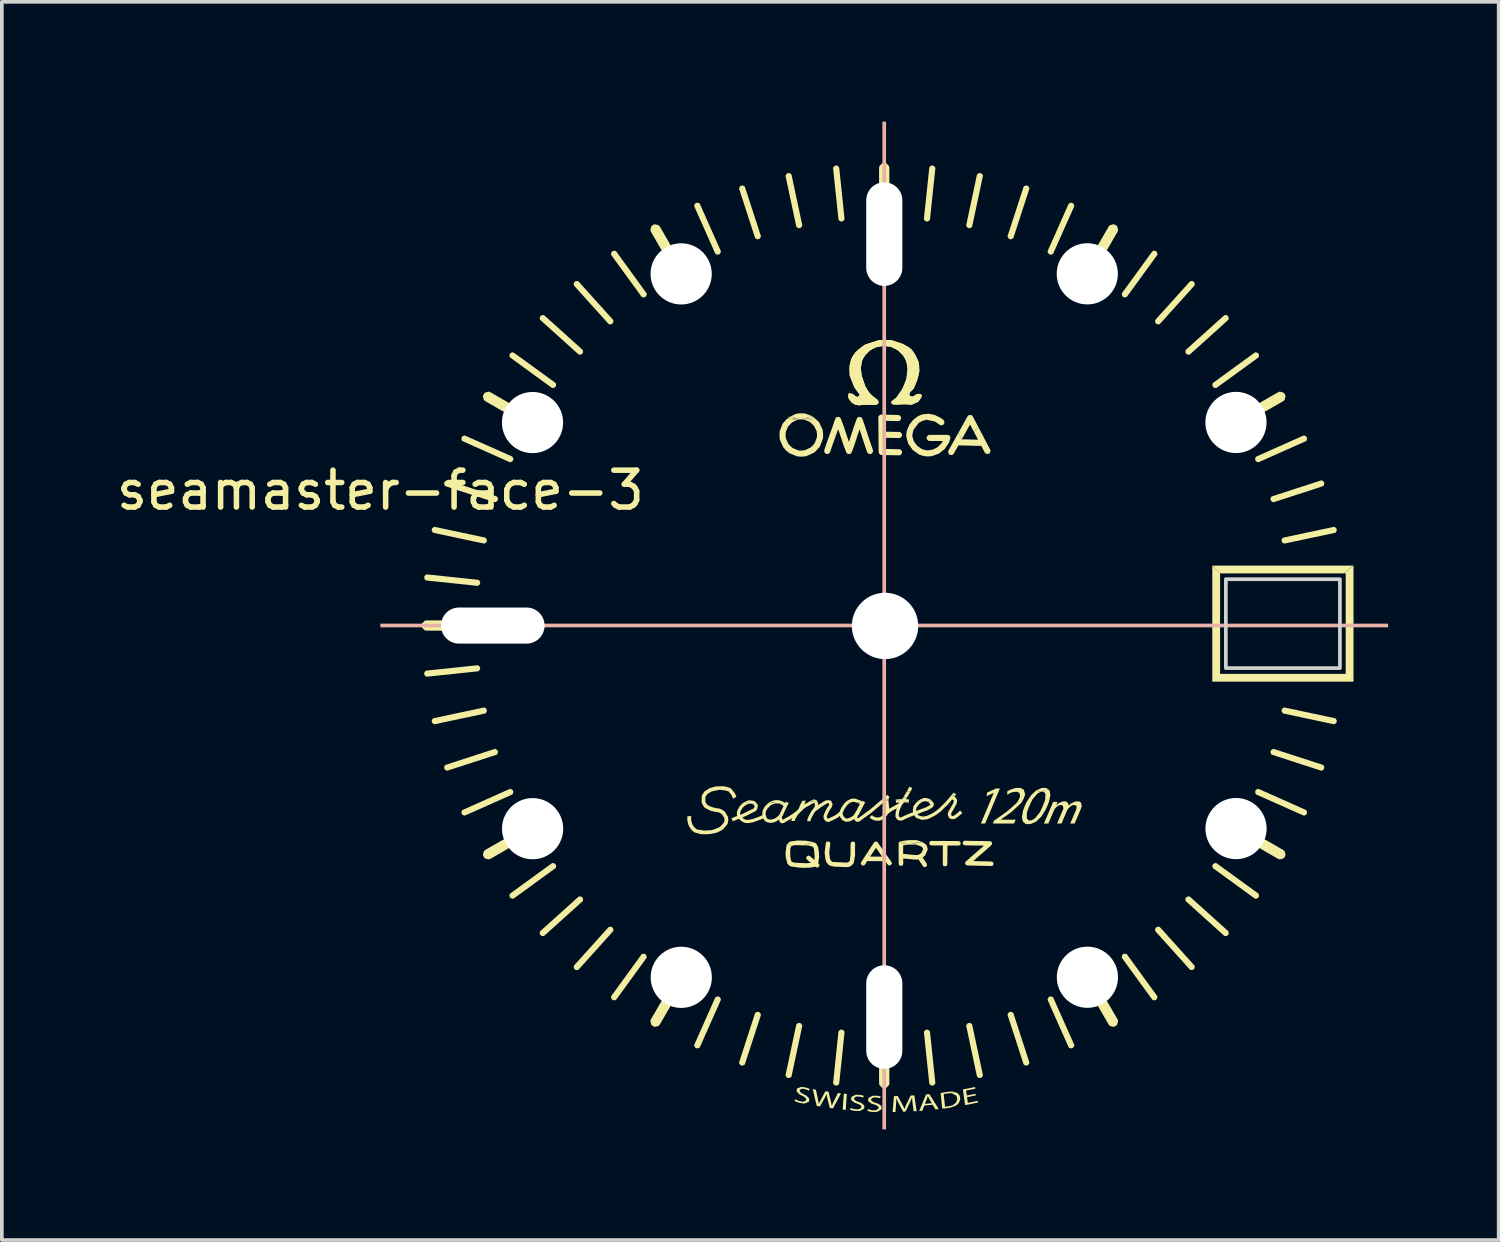
<source format=kicad_pcb>
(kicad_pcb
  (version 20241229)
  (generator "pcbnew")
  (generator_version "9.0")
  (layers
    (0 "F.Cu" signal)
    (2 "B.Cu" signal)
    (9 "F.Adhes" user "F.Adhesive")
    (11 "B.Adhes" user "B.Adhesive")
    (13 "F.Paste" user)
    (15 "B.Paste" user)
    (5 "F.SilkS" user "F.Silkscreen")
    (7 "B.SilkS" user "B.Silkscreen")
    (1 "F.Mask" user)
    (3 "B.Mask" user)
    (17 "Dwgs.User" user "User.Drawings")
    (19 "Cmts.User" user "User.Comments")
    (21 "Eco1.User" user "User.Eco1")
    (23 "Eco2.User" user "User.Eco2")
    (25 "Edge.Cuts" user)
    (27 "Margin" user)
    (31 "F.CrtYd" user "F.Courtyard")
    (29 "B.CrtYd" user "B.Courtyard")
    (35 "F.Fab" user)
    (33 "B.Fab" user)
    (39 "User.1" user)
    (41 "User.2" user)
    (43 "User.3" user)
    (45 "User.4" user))
  (footprint "seamaster-face-3"
    (layer "F.Cu")
    (at 7.268 0.25)
    (property "Reference" "seamaster-face-3" (at 0 10 0) (layer "F.SilkS") (effects (font (size 1 1) (thickness 0.15))))
    (attr through_hole)
    (fp_poly (pts (xy 2.624 14.747) (xy 2.624 14.747) (xy 2.624 14.747)) (stroke (width 0) (type solid)) (fill yes) (layer "F.SilkS"))
    (fp_poly (pts (xy 10.737 18.496) (xy 10.698 18.499) (xy 10.736 18.496)) (stroke (width 0) (type solid)) (fill yes) (layer "F.SilkS"))
    (fp_poly (pts (xy 10.737 18.496) (xy 10.736 18.496) (xy 10.738 18.496)) (stroke (width 0) (type solid)) (fill yes) (layer "F.SilkS"))
    (fp_poly (pts (xy 10.747 18.496) (xy 10.737 18.496) (xy 10.746 18.495)) (stroke (width 0) (type solid)) (fill yes) (layer "F.SilkS"))
    (fp_poly (pts (xy 11.4 8.078) (xy 11.316 8.088) (xy 11.392 8.077)) (stroke (width 0) (type solid)) (fill yes) (layer "F.SilkS"))
    (fp_poly (pts (xy 11.409 8.078) (xy 11.4 8.078) (xy 11.405 8.077)) (stroke (width 0) (type solid)) (fill yes) (layer "F.SilkS"))
    (fp_poly (pts (xy 14.239 19.626) (xy 14.208 19.63) (xy 14.238 19.625)) (stroke (width 0) (type solid)) (fill yes) (layer "F.SilkS"))
    (fp_poly (pts (xy 14.239 19.626) (xy 14.238 19.625) (xy 14.259 19.622)) (stroke (width 0) (type solid)) (fill yes) (layer "F.SilkS"))
    (fp_poly (pts (xy 14.341 19.613) (xy 14.239 19.626) (xy 14.326 19.607)) (stroke (width 0) (type solid)) (fill yes) (layer "F.SilkS"))
    (fp_poly (pts (xy 15.568 18.21) (xy 15.54 18.212) (xy 15.553 18.197)) (stroke (width 0) (type solid)) (fill yes) (layer "F.SilkS"))
    (fp_poly (pts (xy 10.672 18.48) (xy 10.52 18.488) (xy 10.531 18.478) (xy 10.57 18.455)) (stroke (width 0) (type solid)) (fill yes) (layer "F.SilkS"))
    (fp_poly (pts (xy 10.967 18.476) (xy 10.976 18.482) (xy 10.746 18.496) (xy 10.746 18.495)) (stroke (width 0) (type solid)) (fill yes) (layer "F.SilkS"))
    (fp_poly (pts (xy 11.316 8.088) (xy 11.041 8.053) (xy 11.065 8.027) (xy 11.392 8.077)) (stroke (width 0) (type solid)) (fill yes) (layer "F.SilkS"))
    (fp_poly (pts (xy 11.402 8.076) (xy 11.405 8.077) (xy 11.4 8.078) (xy 11.392 8.077)) (stroke (width 0) (type solid)) (fill yes) (layer "F.SilkS"))
    (fp_poly (pts (xy 11.727 7.993) (xy 11.763 8.026) (xy 11.417 8.074) (xy 11.722 7.991)) (stroke (width 0) (type solid)) (fill yes) (layer "F.SilkS"))
    (fp_poly (pts (xy 11.793 18.391) (xy 11.809 18.399) (xy 11.704 18.409) (xy 11.755 18.386)) (stroke (width 0) (type solid)) (fill yes) (layer "F.SilkS"))
    (fp_poly (pts (xy 12.182 18.411) (xy 12.078 18.417) (xy 12.081 18.415) (xy 12.104 18.404)) (stroke (width 0) (type solid)) (fill yes) (layer "F.SilkS"))
    (fp_poly (pts (xy 13.786 18.413) (xy 13.588 18.404) (xy 13.593 18.4) (xy 13.787 18.38)) (stroke (width 0) (type solid)) (fill yes) (layer "F.SilkS"))
    (fp_poly (pts (xy 14.67 19.53) (xy 14.706 19.544) (xy 14.332 19.609) (xy 14.326 19.607)) (stroke (width 0) (type solid)) (fill yes) (layer "F.SilkS"))
    (fp_poly (pts (xy 15.581 18.221) (xy 15.53 18.224) (xy 15.54 18.212) (xy 15.568 18.21)) (stroke (width 0) (type solid)) (fill yes) (layer "F.SilkS"))
    (fp_poly (pts (xy 26.138 12.255) (xy 22.779 12.255) (xy 22.568 12.043) (xy 26.399 12.043)) (stroke (width 0) (type solid)) (fill yes) (layer "F.SilkS"))
    (fp_poly (pts (xy 10.738 18.496) (xy 10.736 18.496) (xy 10.57 18.455) (xy 10.597 18.44) (xy 10.746 18.495)) (stroke (width 0) (type solid)) (fill yes) (layer "F.SilkS"))
    (fp_poly (pts (xy 11.055 18.468) (xy 10.982 18.474) (xy 10.983 18.473) (xy 10.991 18.456) (xy 10.998 18.44)) (stroke (width 0) (type solid)) (fill yes) (layer "F.SilkS"))
    (fp_poly (pts (xy 11.065 8.027) (xy 11.07 8.022) (xy 11.123 7.997) (xy 11.402 8.076) (xy 11.392 8.077)) (stroke (width 0) (type solid)) (fill yes) (layer "F.SilkS"))
    (fp_poly (pts (xy 11.073 18.476) (xy 10.978 18.482) (xy 10.98 18.478) (xy 10.982 18.474) (xy 11.055 18.468)) (stroke (width 0) (type solid)) (fill yes) (layer "F.SilkS"))
    (fp_poly (pts (xy 11.493 18.42) (xy 11.537 18.421) (xy 11.537 18.424) (xy 11.444 18.432) (xy 11.449 18.419)) (stroke (width 0) (type solid)) (fill yes) (layer "F.SilkS"))
    (fp_poly (pts (xy 11.532 18.449) (xy 11.433 18.455) (xy 11.439 18.444) (xy 11.444 18.432) (xy 11.537 18.424)) (stroke (width 0) (type solid)) (fill yes) (layer "F.SilkS"))
    (fp_poly (pts (xy 12.17 18.401) (xy 12.198 18.408) (xy 12.204 18.413) (xy 12.104 18.404) (xy 12.113 18.399)) (stroke (width 0) (type solid)) (fill yes) (layer "F.SilkS"))
    (fp_poly (pts (xy 11.123 7.997) (xy 11.276 7.925) (xy 11.393 7.912) (xy 11.512 7.914) (xy 11.722 7.991) (xy 11.405 8.077)) (stroke (width 0) (type solid)) (fill yes) (layer "F.SilkS"))
    (fp_poly (pts (xy 14.259 19.622) (xy 14.238 19.625) (xy 14.083 19.534) (xy 14.108 19.523) (xy 14.126 19.519) (xy 14.326 19.607)) (stroke (width 0) (type solid)) (fill yes) (layer "F.SilkS"))
    (fp_poly (pts (xy 14.392 18.059) (xy 14.431 18.078) (xy 14.385 18.166) (xy 14.277 18.176) (xy 14.305 18.127) (xy 14.352 18.039)) (stroke (width 0) (type solid)) (fill yes) (layer "F.SilkS"))
    (fp_poly (pts (xy 15.596 26.329) (xy 15.377 26.364) (xy 15.375 26.364) (xy 15.283 26.334) (xy 15.366 26.321) (xy 15.522 26.307)) (stroke (width 0) (type solid)) (fill yes) (layer "F.SilkS"))
    (fp_poly (pts (xy 11.846 18.42) (xy 11.85 18.43) (xy 11.637 18.443) (xy 11.643 18.439) (xy 11.687 18.416) (xy 11.704 18.409) (xy 11.809 18.399)) (stroke (width 0) (type solid)) (fill yes) (layer "F.SilkS"))
    (fp_poly (pts (xy 15.586 18.226) (xy 15.62 18.255) (xy 15.613 18.264) (xy 15.468 18.299) (xy 15.485 18.278) (xy 15.53 18.224) (xy 15.581 18.221)) (stroke (width 0) (type solid)) (fill yes) (layer "F.SilkS"))
    (fp_poly (pts (xy 11.417 8.074) (xy 11.763 8.026) (xy 11.8 8.058) (xy 11.539 8.099) (xy 11.501 8.084) (xy 11.418 8.078) (xy 11.409 8.078) (xy 11.405 8.077)) (stroke (width 0) (type solid)) (fill yes) (layer "F.SilkS"))
    (fp_poly (pts (xy 12.614 26.374) (xy 12.654 26.378) (xy 12.639 26.593) (xy 12.625 26.808) (xy 12.583 26.803) (xy 12.542 26.799) (xy 12.557 26.584) (xy 12.573 26.369)) (stroke (width 0) (type solid)) (fill yes) (layer "F.SilkS"))
    (fp_poly (pts (xy 14.126 19.519) (xy 14.154 19.514) (xy 14.223 19.504) (xy 14.331 19.49) (xy 14.55 19.491) (xy 14.661 19.526) (xy 14.67 19.53) (xy 14.326 19.607)) (stroke (width 0) (type solid)) (fill yes) (layer "F.SilkS"))
    (fp_poly (pts (xy 14.936 26.445) (xy 14.866 26.466) (xy 14.851 26.435) (xy 14.85 26.435) (xy 14.789 26.421) (xy 14.801 26.39) (xy 14.849 26.385) (xy 14.897 26.381)) (stroke (width 0) (type solid)) (fill yes) (layer "F.SilkS"))
    (fp_poly (pts (xy 16.406 19.041) (xy 16.29 19.041) (xy 16.64 18.208) (xy 16.637 18.208) (xy 16.443 18.298) (xy 16.461 18.199) (xy 16.705 18.088) (xy 16.807 18.088)) (stroke (width 0) (type solid)) (fill yes) (layer "F.SilkS"))
    (fp_poly (pts (xy 18.069 18.077) (xy 18.103 18.104) (xy 17.946 18.174) (xy 17.912 18.177) (xy 17.782 18.151) (xy 17.792 18.142) (xy 17.933 18.077) (xy 18.002 18.072)) (stroke (width 0) (type solid)) (fill yes) (layer "F.SilkS"))
    (fp_poly (pts (xy 10.597 18.44) (xy 10.601 18.438) (xy 10.683 18.41) (xy 10.732 18.408) (xy 10.78 18.405) (xy 10.867 18.423) (xy 10.931 18.449) (xy 10.967 18.476) (xy 10.746 18.495)) (stroke (width 0) (type solid)) (fill yes) (layer "F.SilkS"))
    (fp_poly (pts (xy 22.779 14.981) (xy 26.187 14.981) (xy 26.187 12.255) (xy 26.138 12.255) (xy 26.399 12.043) (xy 26.399 15.192) (xy 22.568 15.192) (xy 22.568 12.043) (xy 22.779 12.255)) (stroke (width 0) (type solid)) (fill yes) (layer "F.SilkS"))
    (fp_poly (pts (xy 14.383 18.17) (xy 14.334 18.253) (xy 14.31 18.293) (xy 14.292 18.326) (xy 14.184 18.337) (xy 14.211 18.288) (xy 14.233 18.249) (xy 14.257 18.209) (xy 14.277 18.176) (xy 14.385 18.166)) (stroke (width 0) (type solid)) (fill yes) (layer "F.SilkS"))
    (fp_poly (pts (xy 16.045 7.965) (xy 16.073 8.001) (xy 16.222 8.285) (xy 16.098 8.408) (xy 15.997 8.214) (xy 15.772 8.617) (xy 15.677 8.447) (xy 15.926 7.999) (xy 15.953 7.967) (xy 16 7.956)) (stroke (width 0) (type solid)) (fill yes) (layer "F.SilkS"))
    (fp_poly (pts (xy 10.107 18.421) (xy 10.16 18.438) (xy 10.219 18.504) (xy 10.096 18.511) (xy 10.081 18.506) (xy 10.059 18.5) (xy 10.039 18.5) (xy 9.991 18.505) (xy 9.901 18.448) (xy 9.925 18.435) (xy 9.993 18.409)) (stroke (width 0) (type solid)) (fill yes) (layer "F.SilkS"))
    (fp_poly (pts (xy 11.547 19.507) (xy 11.746 19.543) (xy 11.755 19.547) (xy 11.471 19.632) (xy 11.242 19.626) (xy 11.148 19.653) (xy 11.062 19.568) (xy 11.069 19.558) (xy 11.069 19.558) (xy 11.122 19.528) (xy 11.315 19.5)) (stroke (width 0) (type solid)) (fill yes) (layer "F.SilkS"))
    (fp_poly (pts (xy 13.473 19.532) (xy 13.493 19.554) (xy 13.684 19.827) (xy 13.612 19.938) (xy 13.444 19.699) (xy 13.289 19.936) (xy 13.216 19.822) (xy 13.391 19.555) (xy 13.412 19.533) (xy 13.442 19.527) (xy 13.443 19.527)) (stroke (width 0) (type solid)) (fill yes) (layer "F.SilkS"))
    (fp_poly (pts (xy 14.289 18.331) (xy 14.274 18.358) (xy 14.26 18.381) (xy 14.304 18.384) (xy 14.344 18.388) (xy 14.339 18.438) (xy 13.984 18.422) (xy 13.979 18.39) (xy 14.062 18.381) (xy 14.158 18.379) (xy 14.182 18.34) (xy 14.184 18.337) (xy 14.292 18.326)) (stroke (width 0) (type solid)) (fill yes) (layer "F.SilkS"))
    (fp_poly (pts (xy 14.821 18.349) (xy 14.907 18.378) (xy 14.954 18.422) (xy 14.954 18.422) (xy 14.841 18.45) (xy 14.805 18.437) (xy 14.792 18.435) (xy 14.78 18.434) (xy 14.695 18.454) (xy 14.558 18.448) (xy 14.583 18.429) (xy 14.62 18.4) (xy 14.742 18.345)) (stroke (width 0) (type solid)) (fill yes) (layer "F.SilkS"))
    (fp_poly (pts (xy 1.853 13.538) (xy 1.928 13.613) (xy 1.936 13.669) (xy 1.928 13.725) (xy 1.853 13.801) (xy 1.797 13.809) (xy 1.261 13.809) (xy 1.205 13.801) (xy 1.129 13.725) (xy 1.121 13.669) (xy 1.129 13.613) (xy 1.205 13.538) (xy 1.261 13.53) (xy 1.797 13.53)) (stroke (width 0) (type solid)) (fill yes) (layer "F.SilkS"))
    (fp_poly (pts (xy 2.993 7.345) (xy 3.457 7.612) (xy 3.502 7.647) (xy 3.529 7.751) (xy 3.508 7.803) (xy 3.473 7.848) (xy 3.37 7.875) (xy 3.317 7.854) (xy 2.854 7.586) (xy 2.809 7.552) (xy 2.781 7.448) (xy 2.803 7.396) (xy 2.837 7.351) (xy 2.941 7.323)) (stroke (width 0) (type solid)) (fill yes) (layer "F.SilkS"))
    (fp_poly (pts (xy 3.473 19.491) (xy 3.508 19.536) (xy 3.529 19.588) (xy 3.502 19.692) (xy 3.457 19.726) (xy 2.993 19.994) (xy 2.941 20.015) (xy 2.837 19.988) (xy 2.803 19.943) (xy 2.781 19.891) (xy 2.809 19.787) (xy 2.854 19.752) (xy 3.317 19.485) (xy 3.37 19.463)) (stroke (width 0) (type solid)) (fill yes) (layer "F.SilkS"))
    (fp_poly (pts (xy 7.551 2.81) (xy 7.586 2.854) (xy 7.854 3.318) (xy 7.875 3.37) (xy 7.847 3.474) (xy 7.802 3.509) (xy 7.75 3.53) (xy 7.647 3.502) (xy 7.612 3.458) (xy 7.344 2.994) (xy 7.323 2.941) (xy 7.351 2.838) (xy 7.395 2.803) (xy 7.448 2.782)) (stroke (width 0) (type solid)) (fill yes) (layer "F.SilkS"))
    (fp_poly (pts (xy 7.802 23.83) (xy 7.847 23.865) (xy 7.875 23.968) (xy 7.854 24.021) (xy 7.586 24.485) (xy 7.551 24.529) (xy 7.448 24.557) (xy 7.395 24.536) (xy 7.351 24.501) (xy 7.323 24.397) (xy 7.344 24.345) (xy 7.612 23.881) (xy 7.647 23.837) (xy 7.75 23.809)) (stroke (width 0) (type solid)) (fill yes) (layer "F.SilkS"))
    (fp_poly (pts (xy 13.725 1.13) (xy 13.8 1.206) (xy 13.808 1.262) (xy 13.808 1.797) (xy 13.8 1.853) (xy 13.725 1.929) (xy 13.669 1.937) (xy 13.613 1.929) (xy 13.537 1.853) (xy 13.529 1.797) (xy 13.529 1.262) (xy 13.537 1.206) (xy 13.613 1.13) (xy 13.669 1.122)) (stroke (width 0) (type solid)) (fill yes) (layer "F.SilkS"))
    (fp_poly (pts (xy 13.725 25.41) (xy 13.8 25.486) (xy 13.808 25.542) (xy 13.808 26.077) (xy 13.8 26.133) (xy 13.725 26.209) (xy 13.669 26.217) (xy 13.613 26.209) (xy 13.537 26.133) (xy 13.529 26.077) (xy 13.529 25.542) (xy 13.537 25.486) (xy 13.613 25.41) (xy 13.669 25.402)) (stroke (width 0) (type solid)) (fill yes) (layer "F.SilkS"))
    (fp_poly (pts (xy 19.691 23.837) (xy 19.726 23.881) (xy 19.994 24.345) (xy 20.015 24.397) (xy 19.987 24.501) (xy 19.942 24.536) (xy 19.89 24.557) (xy 19.787 24.529) (xy 19.752 24.485) (xy 19.484 24.021) (xy 19.463 23.968) (xy 19.491 23.865) (xy 19.535 23.83) (xy 19.587 23.809)) (stroke (width 0) (type solid)) (fill yes) (layer "F.SilkS"))
    (fp_poly (pts (xy 19.942 2.803) (xy 19.987 2.838) (xy 20.015 2.941) (xy 19.994 2.994) (xy 19.726 3.458) (xy 19.691 3.502) (xy 19.587 3.53) (xy 19.535 3.509) (xy 19.491 3.474) (xy 19.463 3.37) (xy 19.484 3.318) (xy 19.752 2.854) (xy 19.787 2.81) (xy 19.89 2.782)) (stroke (width 0) (type solid)) (fill yes) (layer "F.SilkS"))
    (fp_poly (pts (xy 24.02 19.485) (xy 24.484 19.752) (xy 24.529 19.787) (xy 24.556 19.891) (xy 24.535 19.943) (xy 24.5 19.988) (xy 24.397 20.015) (xy 24.344 19.994) (xy 23.881 19.726) (xy 23.836 19.692) (xy 23.808 19.588) (xy 23.83 19.536) (xy 23.864 19.491) (xy 23.968 19.463)) (stroke (width 0) (type solid)) (fill yes) (layer "F.SilkS"))
    (fp_poly (pts (xy 24.5 7.351) (xy 24.535 7.396) (xy 24.556 7.448) (xy 24.529 7.552) (xy 24.484 7.586) (xy 24.02 7.854) (xy 23.968 7.875) (xy 23.864 7.848) (xy 23.83 7.803) (xy 23.808 7.751) (xy 23.836 7.647) (xy 23.881 7.612) (xy 24.344 7.345) (xy 24.397 7.323)) (stroke (width 0) (type solid)) (fill yes) (layer "F.SilkS"))
    (fp_poly (pts (xy 5.454 21.024) (xy 5.478 21.045) (xy 5.496 21.07) (xy 5.498 21.131) (xy 5.478 21.156) (xy 4.455 22.077) (xy 4.428 22.094) (xy 4.368 22.086) (xy 4.344 22.065) (xy 4.326 22.039) (xy 4.324 21.979) (xy 4.344 21.953) (xy 4.856 21.493) (xy 5.367 21.033) (xy 5.394 21.015)) (stroke (width 0) (type solid)) (fill yes) (layer "F.SilkS"))
    (fp_poly (pts (xy 21.156 21.86) (xy 22.076 22.883) (xy 22.094 22.91) (xy 22.085 22.97) (xy 22.065 22.994) (xy 22.039 23.012) (xy 21.978 23.014) (xy 21.953 22.994) (xy 21.493 22.483) (xy 21.032 21.971) (xy 21.015 21.945) (xy 21.023 21.884) (xy 21.044 21.86) (xy 21.07 21.842) (xy 21.131 21.84)) (stroke (width 0) (type solid)) (fill yes) (layer "F.SilkS"))
    (fp_poly (pts (xy 21.971 21.033) (xy 22.482 21.493) (xy 22.993 21.953) (xy 23.013 21.979) (xy 23.011 22.039) (xy 22.993 22.065) (xy 22.97 22.086) (xy 22.909 22.094) (xy 22.882 22.077) (xy 21.86 21.156) (xy 21.84 21.131) (xy 21.842 21.07) (xy 21.86 21.045) (xy 21.884 21.024) (xy 21.944 21.016)) (stroke (width 0) (type solid)) (fill yes) (layer "F.SilkS"))
    (fp_poly (pts (xy 22.039 4.327) (xy 22.065 4.345) (xy 22.085 4.369) (xy 22.094 4.429) (xy 22.076 4.456) (xy 21.156 5.478) (xy 21.131 5.498) (xy 21.07 5.497) (xy 21.044 5.478) (xy 21.023 5.455) (xy 21.015 5.394) (xy 21.032 5.367) (xy 21.493 4.856) (xy 21.953 4.345) (xy 21.978 4.325)) (stroke (width 0) (type solid)) (fill yes) (layer "F.SilkS"))
    (fp_poly (pts (xy 1.486 10.995) (xy 2.159 11.138) (xy 2.832 11.281) (xy 2.862 11.293) (xy 2.89 11.346) (xy 2.888 11.378) (xy 2.877 11.408) (xy 2.829 11.445) (xy 2.797 11.443) (xy 2.124 11.3) (xy 1.452 11.157) (xy 1.422 11.146) (xy 1.393 11.092) (xy 1.396 11.061) (xy 1.406 11.031) (xy 1.454 10.993)) (stroke (width 0) (type solid)) (fill yes) (layer "F.SilkS"))
    (fp_poly (pts (xy 1.832 9.736) (xy 2.486 9.949) (xy 3.141 10.161) (xy 3.169 10.176) (xy 3.192 10.232) (xy 3.186 10.263) (xy 3.173 10.292) (xy 3.121 10.324) (xy 3.089 10.319) (xy 2.435 10.107) (xy 1.781 9.894) (xy 1.752 9.879) (xy 1.729 9.823) (xy 1.736 9.792) (xy 1.749 9.763) (xy 1.801 9.731)) (stroke (width 0) (type solid)) (fill yes) (layer "F.SilkS"))
    (fp_poly (pts (xy 2.656 14.749) (xy 2.7 14.791) (xy 2.707 14.822) (xy 2.707 14.853) (xy 2.672 14.903) (xy 2.641 14.912) (xy 1.957 14.984) (xy 1.273 15.056) (xy 1.241 15.054) (xy 1.197 15.012) (xy 1.19 14.981) (xy 1.191 14.949) (xy 1.225 14.899) (xy 1.256 14.891) (xy 1.94 14.819) (xy 2.624 14.747)) (stroke (width 0) (type solid)) (fill yes) (layer "F.SilkS"))
    (fp_poly (pts (xy 2.877 15.931) (xy 2.888 15.961) (xy 2.89 15.992) (xy 2.862 16.046) (xy 2.832 16.058) (xy 2.159 16.201) (xy 1.486 16.344) (xy 1.454 16.345) (xy 1.406 16.308) (xy 1.396 16.278) (xy 1.393 16.247) (xy 1.422 16.193) (xy 1.452 16.181) (xy 2.124 16.038) (xy 2.797 15.895) (xy 2.829 15.894)) (stroke (width 0) (type solid)) (fill yes) (layer "F.SilkS"))
    (fp_poly (pts (xy 3.173 17.047) (xy 3.186 17.075) (xy 3.192 17.106) (xy 3.169 17.163) (xy 3.141 17.177) (xy 2.486 17.39) (xy 1.832 17.602) (xy 1.801 17.608) (xy 1.749 17.575) (xy 1.736 17.547) (xy 1.729 17.516) (xy 1.752 17.459) (xy 1.781 17.445) (xy 2.435 17.232) (xy 3.089 17.02) (xy 3.121 17.015)) (stroke (width 0) (type solid)) (fill yes) (layer "F.SilkS"))
    (fp_poly (pts (xy 4.455 5.262) (xy 5.478 6.182) (xy 5.478 6.182) (xy 5.498 6.208) (xy 5.496 6.268) (xy 5.478 6.294) (xy 5.454 6.315) (xy 5.394 6.323) (xy 5.367 6.306) (xy 4.856 5.846) (xy 4.344 5.385) (xy 4.324 5.36) (xy 4.326 5.299) (xy 4.344 5.274) (xy 4.368 5.253) (xy 4.428 5.245)) (stroke (width 0) (type solid)) (fill yes) (layer "F.SilkS"))
    (fp_poly (pts (xy 5.385 4.345) (xy 5.845 4.856) (xy 6.305 5.367) (xy 6.305 5.367) (xy 6.323 5.394) (xy 6.314 5.455) (xy 6.294 5.478) (xy 6.268 5.497) (xy 6.207 5.498) (xy 6.182 5.478) (xy 5.261 4.456) (xy 5.244 4.429) (xy 5.252 4.369) (xy 5.273 4.345) (xy 5.299 4.327) (xy 5.36 4.325)) (stroke (width 0) (type solid)) (fill yes) (layer "F.SilkS"))
    (fp_poly (pts (xy 6.268 21.842) (xy 6.294 21.86) (xy 6.314 21.884) (xy 6.323 21.945) (xy 6.305 21.971) (xy 5.845 22.483) (xy 5.385 22.994) (xy 5.36 23.014) (xy 5.299 23.012) (xy 5.273 22.994) (xy 5.252 22.97) (xy 5.244 22.91) (xy 5.261 22.883) (xy 6.182 21.86) (xy 6.182 21.86) (xy 6.207 21.84)) (stroke (width 0) (type solid)) (fill yes) (layer "F.SilkS"))
    (fp_poly (pts (xy 7.19 22.587) (xy 7.213 22.608) (xy 7.228 22.667) (xy 7.213 22.696) (xy 6.809 23.252) (xy 6.405 23.809) (xy 6.382 23.831) (xy 6.321 23.836) (xy 6.294 23.82) (xy 6.27 23.799) (xy 6.256 23.74) (xy 6.27 23.711) (xy 6.675 23.155) (xy 7.079 22.598) (xy 7.102 22.576) (xy 7.163 22.571)) (stroke (width 0) (type solid)) (fill yes) (layer "F.SilkS"))
    (fp_poly (pts (xy 9.186 23.739) (xy 9.213 23.755) (xy 9.239 23.81) (xy 9.231 23.841) (xy 8.951 24.469) (xy 8.672 25.097) (xy 8.654 25.124) (xy 8.595 25.141) (xy 8.565 25.132) (xy 8.538 25.116) (xy 8.512 25.061) (xy 8.52 25.03) (xy 8.8 24.401) (xy 9.079 23.773) (xy 9.097 23.746) (xy 9.156 23.729)) (stroke (width 0) (type solid)) (fill yes) (layer "F.SilkS"))
    (fp_poly (pts (xy 9.879 1.753) (xy 9.893 1.782) (xy 10.106 2.436) (xy 10.319 3.09) (xy 10.323 3.122) (xy 10.291 3.173) (xy 10.263 3.187) (xy 10.232 3.193) (xy 10.175 3.17) (xy 10.161 3.141) (xy 9.948 2.487) (xy 9.736 1.833) (xy 9.731 1.801) (xy 9.763 1.749) (xy 9.791 1.736) (xy 9.822 1.73)) (stroke (width 0) (type solid)) (fill yes) (layer "F.SilkS"))
    (fp_poly (pts (xy 10.263 24.152) (xy 10.291 24.165) (xy 10.323 24.217) (xy 10.319 24.249) (xy 10.106 24.903) (xy 9.893 25.557) (xy 9.879 25.586) (xy 9.822 25.609) (xy 9.791 25.603) (xy 9.763 25.589) (xy 9.731 25.538) (xy 9.736 25.506) (xy 9.948 24.852) (xy 10.161 24.198) (xy 10.175 24.169) (xy 10.232 24.146)) (stroke (width 0) (type solid)) (fill yes) (layer "F.SilkS"))
    (fp_poly (pts (xy 11.145 1.422) (xy 11.157 1.452) (xy 11.3 2.125) (xy 11.443 2.798) (xy 11.444 2.83) (xy 11.407 2.878) (xy 11.377 2.888) (xy 11.346 2.891) (xy 11.292 2.862) (xy 11.28 2.832) (xy 11.137 2.159) (xy 10.994 1.487) (xy 10.993 1.455) (xy 11.03 1.406) (xy 11.06 1.396) (xy 11.091 1.393)) (stroke (width 0) (type solid)) (fill yes) (layer "F.SilkS"))
    (fp_poly (pts (xy 11.377 24.451) (xy 11.407 24.461) (xy 11.444 24.509) (xy 11.443 24.541) (xy 11.3 25.214) (xy 11.157 25.887) (xy 11.145 25.917) (xy 11.091 25.945) (xy 11.06 25.942) (xy 11.03 25.932) (xy 10.993 25.884) (xy 10.994 25.852) (xy 11.137 25.179) (xy 11.28 24.507) (xy 11.292 24.477) (xy 11.346 24.448)) (stroke (width 0) (type solid)) (fill yes) (layer "F.SilkS"))
    (fp_poly (pts (xy 12.389 1.191) (xy 12.439 1.225) (xy 12.448 1.257) (xy 12.52 1.941) (xy 12.591 2.625) (xy 12.59 2.657) (xy 12.547 2.701) (xy 12.517 2.708) (xy 12.485 2.707) (xy 12.435 2.673) (xy 12.426 2.642) (xy 12.354 1.958) (xy 12.283 1.274) (xy 12.284 1.242) (xy 12.326 1.198) (xy 12.357 1.191)) (stroke (width 0) (type solid)) (fill yes) (layer "F.SilkS"))
    (fp_poly (pts (xy 12.547 24.638) (xy 12.59 24.682) (xy 12.591 24.714) (xy 12.52 25.398) (xy 12.448 26.082) (xy 12.439 26.113) (xy 12.389 26.148) (xy 12.357 26.148) (xy 12.326 26.141) (xy 12.284 26.097) (xy 12.283 26.065) (xy 12.354 25.381) (xy 12.426 24.697) (xy 12.435 24.666) (xy 12.485 24.631) (xy 12.517 24.631)) (stroke (width 0) (type solid)) (fill yes) (layer "F.SilkS"))
    (fp_poly (pts (xy 14.852 24.632) (xy 14.903 24.666) (xy 14.911 24.697) (xy 14.983 25.381) (xy 15.055 26.065) (xy 15.053 26.097) (xy 15.011 26.141) (xy 14.98 26.148) (xy 14.949 26.148) (xy 14.898 26.113) (xy 14.89 26.082) (xy 14.818 25.398) (xy 14.746 24.714) (xy 14.748 24.682) (xy 14.79 24.638) (xy 14.821 24.631)) (stroke (width 0) (type solid)) (fill yes) (layer "F.SilkS"))
    (fp_poly (pts (xy 16.046 24.477) (xy 16.057 24.507) (xy 16.2 25.179) (xy 16.343 25.852) (xy 16.345 25.884) (xy 16.307 25.932) (xy 16.277 25.942) (xy 16.246 25.945) (xy 16.192 25.917) (xy 16.181 25.887) (xy 16.038 25.214) (xy 15.895 24.541) (xy 15.893 24.509) (xy 15.931 24.461) (xy 15.96 24.451) (xy 15.992 24.448)) (stroke (width 0) (type solid)) (fill yes) (layer "F.SilkS"))
    (fp_poly (pts (xy 16.277 1.396) (xy 16.307 1.406) (xy 16.345 1.455) (xy 16.343 1.487) (xy 16.2 2.159) (xy 16.057 2.832) (xy 16.046 2.862) (xy 15.992 2.891) (xy 15.96 2.888) (xy 15.931 2.878) (xy 15.893 2.83) (xy 15.895 2.798) (xy 16.038 2.125) (xy 16.181 1.452) (xy 16.192 1.422) (xy 16.246 1.393)) (stroke (width 0) (type solid)) (fill yes) (layer "F.SilkS"))
    (fp_poly (pts (xy 17.162 24.169) (xy 17.177 24.198) (xy 17.389 24.852) (xy 17.602 25.506) (xy 17.607 25.538) (xy 17.575 25.589) (xy 17.546 25.603) (xy 17.515 25.609) (xy 17.459 25.586) (xy 17.444 25.557) (xy 17.232 24.903) (xy 17.019 24.249) (xy 17.014 24.217) (xy 17.046 24.165) (xy 17.075 24.152) (xy 17.106 24.146)) (stroke (width 0) (type solid)) (fill yes) (layer "F.SilkS"))
    (fp_poly (pts (xy 17.546 1.736) (xy 17.575 1.749) (xy 17.607 1.801) (xy 17.602 1.833) (xy 17.389 2.487) (xy 17.177 3.141) (xy 17.162 3.17) (xy 17.106 3.193) (xy 17.075 3.187) (xy 17.046 3.174) (xy 17.014 3.122) (xy 17.019 3.09) (xy 17.232 2.436) (xy 17.444 1.782) (xy 17.459 1.753) (xy 17.515 1.73)) (stroke (width 0) (type solid)) (fill yes) (layer "F.SilkS"))
    (fp_poly (pts (xy 18.241 23.746) (xy 18.258 23.773) (xy 18.538 24.401) (xy 18.818 25.03) (xy 18.826 25.061) (xy 18.799 25.116) (xy 18.772 25.132) (xy 18.742 25.141) (xy 18.684 25.124) (xy 18.666 25.097) (xy 18.386 24.469) (xy 18.107 23.841) (xy 18.098 23.809) (xy 18.125 23.755) (xy 18.152 23.739) (xy 18.182 23.729)) (stroke (width 0) (type solid)) (fill yes) (layer "F.SilkS"))
    (fp_poly (pts (xy 22.695 20.125) (xy 23.252 20.529) (xy 23.808 20.933) (xy 23.831 20.956) (xy 23.835 21.017) (xy 23.82 21.044) (xy 23.798 21.068) (xy 23.739 21.082) (xy 23.71 21.068) (xy 23.154 20.663) (xy 22.598 20.259) (xy 22.575 20.236) (xy 22.57 20.176) (xy 22.586 20.148) (xy 22.607 20.125) (xy 22.666 20.11)) (stroke (width 0) (type solid)) (fill yes) (layer "F.SilkS"))
    (fp_poly (pts (xy 22.97 5.253) (xy 22.993 5.274) (xy 23.011 5.299) (xy 23.013 5.36) (xy 22.993 5.385) (xy 22.482 5.846) (xy 21.971 6.306) (xy 21.971 6.306) (xy 21.944 6.323) (xy 21.884 6.315) (xy 21.86 6.294) (xy 21.842 6.268) (xy 21.84 6.208) (xy 21.86 6.182) (xy 22.882 5.262) (xy 22.909 5.245)) (stroke (width 0) (type solid)) (fill yes) (layer "F.SilkS"))
    (fp_poly (pts (xy 23.798 6.271) (xy 23.82 6.294) (xy 23.835 6.322) (xy 23.831 6.383) (xy 23.808 6.405) (xy 23.252 6.81) (xy 22.695 7.214) (xy 22.666 7.228) (xy 22.607 7.214) (xy 22.586 7.191) (xy 22.57 7.163) (xy 22.575 7.102) (xy 22.598 7.08) (xy 23.154 6.675) (xy 23.71 6.271) (xy 23.739 6.257)) (stroke (width 0) (type solid)) (fill yes) (layer "F.SilkS"))
    (fp_poly (pts (xy 23.84 18.107) (xy 24.468 18.387) (xy 25.097 18.667) (xy 25.124 18.684) (xy 25.141 18.743) (xy 25.131 18.773) (xy 25.115 18.8) (xy 25.06 18.826) (xy 25.029 18.818) (xy 24.401 18.538) (xy 23.773 18.259) (xy 23.746 18.241) (xy 23.729 18.183) (xy 23.738 18.152) (xy 23.754 18.125) (xy 23.809 18.099)) (stroke (width 0) (type solid)) (fill yes) (layer "F.SilkS"))
    (fp_poly (pts (xy 24.248 17.02) (xy 24.902 17.232) (xy 25.556 17.445) (xy 25.585 17.459) (xy 25.608 17.516) (xy 25.602 17.547) (xy 25.589 17.575) (xy 25.537 17.608) (xy 25.505 17.602) (xy 24.851 17.39) (xy 24.197 17.177) (xy 24.168 17.163) (xy 24.145 17.106) (xy 24.151 17.075) (xy 24.165 17.047) (xy 24.216 17.015)) (stroke (width 0) (type solid)) (fill yes) (layer "F.SilkS"))
    (fp_poly (pts (xy 24.541 15.895) (xy 25.213 16.038) (xy 25.886 16.181) (xy 25.916 16.193) (xy 25.945 16.247) (xy 25.942 16.278) (xy 25.932 16.308) (xy 25.884 16.345) (xy 25.852 16.344) (xy 25.179 16.201) (xy 24.506 16.058) (xy 24.476 16.046) (xy 24.447 15.992) (xy 24.45 15.961) (xy 24.46 15.931) (xy 24.508 15.894)) (stroke (width 0) (type solid)) (fill yes) (layer "F.SilkS"))
    (fp_poly (pts (xy 25.115 8.539) (xy 25.131 8.566) (xy 25.141 8.596) (xy 25.124 8.655) (xy 25.097 8.672) (xy 24.468 8.952) (xy 23.84 9.232) (xy 23.809 9.24) (xy 23.754 9.213) (xy 23.738 9.186) (xy 23.729 9.156) (xy 23.746 9.098) (xy 23.773 9.08) (xy 24.401 8.8) (xy 25.029 8.521) (xy 25.06 8.512)) (stroke (width 0) (type solid)) (fill yes) (layer "F.SilkS"))
    (fp_poly (pts (xy 25.589 9.763) (xy 25.602 9.792) (xy 25.608 9.823) (xy 25.585 9.879) (xy 25.556 9.894) (xy 24.902 10.107) (xy 24.248 10.319) (xy 24.216 10.324) (xy 24.165 10.292) (xy 24.151 10.263) (xy 24.145 10.232) (xy 24.168 10.176) (xy 24.197 10.161) (xy 24.851 9.949) (xy 25.505 9.736) (xy 25.537 9.731)) (stroke (width 0) (type solid)) (fill yes) (layer "F.SilkS"))
    (fp_poly (pts (xy 25.932 11.031) (xy 25.942 11.061) (xy 25.945 11.092) (xy 25.916 11.146) (xy 25.886 11.157) (xy 25.213 11.3) (xy 24.541 11.443) (xy 24.508 11.445) (xy 24.46 11.408) (xy 24.45 11.378) (xy 24.447 11.346) (xy 24.476 11.293) (xy 24.506 11.281) (xy 25.179 11.138) (xy 25.852 10.995) (xy 25.884 10.993)) (stroke (width 0) (type solid)) (fill yes) (layer "F.SilkS"))
    (fp_poly (pts (xy 1.957 12.355) (xy 2.641 12.427) (xy 2.641 12.427) (xy 2.672 12.435) (xy 2.707 12.486) (xy 2.707 12.517) (xy 2.7 12.548) (xy 2.656 12.59) (xy 2.624 12.592) (xy 1.94 12.52) (xy 1.256 12.448) (xy 1.225 12.44) (xy 1.191 12.389) (xy 1.19 12.358) (xy 1.197 12.327) (xy 1.241 12.285) (xy 1.273 12.283)) (stroke (width 0) (type solid)) (fill yes) (layer "F.SilkS"))
    (fp_poly (pts (xy 2.308 8.521) (xy 2.937 8.8) (xy 3.565 9.08) (xy 3.565 9.08) (xy 3.592 9.098) (xy 3.609 9.156) (xy 3.6 9.186) (xy 3.583 9.213) (xy 3.529 9.24) (xy 3.497 9.232) (xy 2.869 8.952) (xy 2.241 8.672) (xy 2.214 8.655) (xy 2.197 8.596) (xy 2.206 8.566) (xy 2.222 8.539) (xy 2.277 8.512)) (stroke (width 0) (type solid)) (fill yes) (layer "F.SilkS"))
    (fp_poly (pts (xy 3.583 18.125) (xy 3.6 18.152) (xy 3.609 18.183) (xy 3.592 18.241) (xy 3.565 18.259) (xy 2.937 18.538) (xy 2.308 18.818) (xy 2.277 18.826) (xy 2.222 18.8) (xy 2.206 18.773) (xy 2.197 18.743) (xy 2.214 18.684) (xy 2.241 18.667) (xy 2.869 18.387) (xy 3.497 18.107) (xy 3.497 18.107) (xy 3.529 18.099)) (stroke (width 0) (type solid)) (fill yes) (layer "F.SilkS"))
    (fp_poly (pts (xy 3.627 6.271) (xy 4.184 6.675) (xy 4.74 7.08) (xy 4.74 7.08) (xy 4.763 7.102) (xy 4.767 7.163) (xy 4.752 7.191) (xy 4.73 7.214) (xy 4.671 7.228) (xy 4.642 7.214) (xy 4.086 6.81) (xy 3.53 6.405) (xy 3.507 6.383) (xy 3.502 6.322) (xy 3.518 6.294) (xy 3.539 6.271) (xy 3.598 6.257)) (stroke (width 0) (type solid)) (fill yes) (layer "F.SilkS"))
    (fp_poly (pts (xy 4.73 20.125) (xy 4.752 20.148) (xy 4.767 20.176) (xy 4.763 20.236) (xy 4.74 20.259) (xy 4.184 20.663) (xy 3.627 21.068) (xy 3.598 21.082) (xy 3.539 21.068) (xy 3.518 21.044) (xy 3.502 21.017) (xy 3.507 20.956) (xy 3.53 20.933) (xy 4.086 20.529) (xy 4.642 20.125) (xy 4.642 20.125) (xy 4.671 20.11)) (stroke (width 0) (type solid)) (fill yes) (layer "F.SilkS"))
    (fp_poly (pts (xy 6.382 3.507) (xy 6.405 3.53) (xy 6.809 4.087) (xy 7.213 4.643) (xy 7.213 4.643) (xy 7.228 4.672) (xy 7.213 4.731) (xy 7.19 4.752) (xy 7.163 4.768) (xy 7.102 4.763) (xy 7.079 4.741) (xy 6.675 4.184) (xy 6.27 3.628) (xy 6.256 3.599) (xy 6.27 3.54) (xy 6.294 3.518) (xy 6.321 3.503)) (stroke (width 0) (type solid)) (fill yes) (layer "F.SilkS"))
    (fp_poly (pts (xy 8.654 2.214) (xy 8.672 2.241) (xy 8.951 2.87) (xy 9.231 3.498) (xy 9.231 3.498) (xy 9.239 3.529) (xy 9.213 3.584) (xy 9.186 3.6) (xy 9.156 3.61) (xy 9.097 3.593) (xy 9.079 3.566) (xy 8.8 2.937) (xy 8.52 2.309) (xy 8.512 2.278) (xy 8.538 2.223) (xy 8.565 2.207) (xy 8.595 2.197)) (stroke (width 0) (type solid)) (fill yes) (layer "F.SilkS"))
    (fp_poly (pts (xy 15.011 1.198) (xy 15.053 1.242) (xy 15.055 1.274) (xy 14.983 1.958) (xy 14.911 2.642) (xy 14.911 2.642) (xy 14.903 2.673) (xy 14.852 2.707) (xy 14.821 2.708) (xy 14.79 2.701) (xy 14.748 2.657) (xy 14.746 2.625) (xy 14.818 1.941) (xy 14.89 1.257) (xy 14.898 1.225) (xy 14.949 1.191) (xy 14.98 1.191)) (stroke (width 0) (type solid)) (fill yes) (layer "F.SilkS"))
    (fp_poly (pts (xy 15.681 19.515) (xy 15.729 19.529) (xy 15.742 19.577) (xy 15.728 19.625) (xy 15.68 19.638) (xy 15.383 19.637) (xy 15.38 20.141) (xy 15.366 20.188) (xy 15.318 20.202) (xy 15.27 20.188) (xy 15.257 20.14) (xy 15.259 19.636) (xy 14.953 19.634) (xy 14.905 19.62) (xy 14.891 19.572) (xy 14.905 19.524) (xy 14.953 19.511)) (stroke (width 0) (type solid)) (fill yes) (layer "F.SilkS"))
    (fp_poly (pts (xy 18.772 2.207) (xy 18.799 2.223) (xy 18.826 2.278) (xy 18.818 2.309) (xy 18.538 2.937) (xy 18.258 3.566) (xy 18.258 3.566) (xy 18.241 3.593) (xy 18.182 3.61) (xy 18.152 3.6) (xy 18.125 3.584) (xy 18.098 3.529) (xy 18.107 3.498) (xy 18.386 2.87) (xy 18.666 2.241) (xy 18.684 2.214) (xy 18.742 2.197)) (stroke (width 0) (type solid)) (fill yes) (layer "F.SilkS"))
    (fp_poly (pts (xy 20.236 22.576) (xy 20.259 22.598) (xy 20.663 23.155) (xy 21.067 23.711) (xy 21.082 23.74) (xy 21.067 23.799) (xy 21.044 23.82) (xy 21.016 23.836) (xy 20.956 23.831) (xy 20.933 23.809) (xy 20.529 23.252) (xy 20.124 22.696) (xy 20.124 22.696) (xy 20.11 22.667) (xy 20.124 22.608) (xy 20.147 22.586) (xy 20.175 22.571)) (stroke (width 0) (type solid)) (fill yes) (layer "F.SilkS"))
    (fp_poly (pts (xy 21.044 3.518) (xy 21.067 3.54) (xy 21.082 3.599) (xy 21.067 3.628) (xy 20.663 4.184) (xy 20.259 4.741) (xy 20.259 4.741) (xy 20.236 4.763) (xy 20.175 4.768) (xy 20.147 4.752) (xy 20.124 4.731) (xy 20.11 4.672) (xy 20.124 4.643) (xy 20.529 4.087) (xy 20.933 3.53) (xy 20.956 3.507) (xy 21.016 3.503)) (stroke (width 0) (type solid)) (fill yes) (layer "F.SilkS"))
    (fp_poly (pts (xy 13.289 19.936) (xy 13.612 19.938) (xy 13.684 19.827) (xy 13.862 20.08) (xy 13.878 20.127) (xy 13.847 20.166) (xy 13.799 20.182) (xy 13.761 20.151) (xy 13.699 20.062) (xy 13.208 20.059) (xy 13.148 20.152) (xy 13.126 20.175) (xy 13.096 20.18) (xy 13.078 20.178) (xy 13.062 20.169) (xy 13.03 20.132) (xy 13.045 20.084) (xy 13.216 19.822)) (stroke (width 0) (type solid)) (fill yes) (layer "F.SilkS"))
    (fp_poly (pts (xy 13.787 18.295) (xy 13.815 18.329) (xy 13.806 18.337) (xy 13.796 18.345) (xy 13.793 18.348) (xy 13.789 18.351) (xy 13.787 18.38) (xy 13.593 18.4) (xy 13.678 18.329) (xy 13.694 18.316) (xy 13.707 18.304) (xy 13.708 18.303) (xy 13.708 18.302) (xy 13.709 18.302) (xy 13.709 18.302) (xy 13.727 18.288) (xy 13.739 18.277) (xy 13.749 18.269) (xy 13.759 18.261)) (stroke (width 0) (type solid)) (fill yes) (layer "F.SilkS"))
    (fp_poly (pts (xy 12.848 18.364) (xy 12.85 18.364) (xy 12.851 18.364) (xy 12.883 18.366) (xy 12.961 18.393) (xy 12.967 18.395) (xy 12.973 18.397) (xy 13.028 18.418) (xy 13.06 18.446) (xy 13.066 18.434) (xy 13.073 18.421) (xy 13.129 18.45) (xy 12.919 18.472) (xy 12.865 18.453) (xy 12.85 18.453) (xy 12.845 18.453) (xy 12.841 18.453) (xy 12.81 18.451) (xy 12.774 18.465) (xy 12.628 18.452) (xy 12.63 18.45) (xy 12.67 18.418) (xy 12.74 18.383) (xy 12.793 18.363)) (stroke (width 0) (type solid)) (fill yes) (layer "F.SilkS"))
    (fp_poly (pts (xy 16.135 26.21) (xy 16.139 26.234) (xy 16.014 26.26) (xy 15.888 26.284) (xy 15.898 26.351) (xy 15.908 26.418) (xy 16.027 26.395) (xy 16.146 26.37) (xy 16.15 26.393) (xy 16.154 26.415) (xy 16.034 26.44) (xy 15.914 26.464) (xy 15.925 26.54) (xy 15.937 26.617) (xy 16.072 26.59) (xy 16.206 26.562) (xy 16.21 26.585) (xy 16.214 26.607) (xy 16.039 26.644) (xy 15.863 26.678) (xy 15.832 26.465) (xy 15.803 26.253) (xy 15.967 26.222) (xy 16.131 26.187)) (stroke (width 0) (type solid)) (fill yes) (layer "F.SilkS"))
    (fp_poly (pts (xy 14.85 26.435) (xy 14.839 26.475) (xy 14.824 26.515) (xy 14.798 26.58) (xy 14.772 26.645) (xy 14.866 26.636) (xy 14.961 26.627) (xy 14.925 26.569) (xy 14.89 26.51) (xy 14.868 26.471) (xy 14.866 26.466) (xy 14.936 26.445) (xy 15.02 26.584) (xy 15.148 26.786) (xy 15.104 26.791) (xy 15.06 26.796) (xy 15.021 26.732) (xy 14.981 26.669) (xy 14.87 26.68) (xy 14.758 26.69) (xy 14.73 26.76) (xy 14.702 26.83) (xy 14.659 26.834) (xy 14.617 26.837) (xy 14.711 26.614) (xy 14.789 26.421)) (stroke (width 0) (type solid)) (fill yes) (layer "F.SilkS"))
    (fp_poly (pts (xy 16.542 8.895) (xy 16.542 8.895) (xy 16.553 8.927) (xy 16.534 8.988) (xy 16.507 9.007) (xy 16.475 9.018) (xy 16.414 8.999) (xy 16.394 8.972) (xy 16.301 8.795) (xy 16.119 8.793) (xy 15.979 8.789) (xy 15.848 8.785) (xy 15.68 8.783) (xy 15.558 9.001) (xy 15.529 9.036) (xy 15.486 9.043) (xy 15.465 9.042) (xy 15.445 9.033) (xy 15.418 9.012) (xy 15.401 8.951) (xy 15.413 8.919) (xy 15.677 8.447) (xy 15.772 8.617) (xy 15.886 8.619) (xy 15.985 8.622) (xy 16.09 8.625) (xy 16.213 8.627) (xy 16.098 8.408) (xy 16.222 8.285)) (stroke (width 0) (type solid)) (fill yes) (layer "F.SilkS"))
    (fp_poly (pts (xy 15.621 26.336) (xy 15.663 26.357) (xy 15.717 26.425) (xy 15.728 26.474) (xy 15.73 26.525) (xy 15.696 26.616) (xy 15.66 26.654) (xy 15.615 26.69) (xy 15.478 26.743) (xy 15.389 26.758) (xy 15.307 26.769) (xy 15.241 26.773) (xy 15.22 26.563) (xy 15.199 26.353) (xy 15.275 26.335) (xy 15.283 26.334) (xy 15.375 26.364) (xy 15.318 26.373) (xy 15.283 26.383) (xy 15.3 26.552) (xy 15.318 26.72) (xy 15.354 26.718) (xy 15.4 26.712) (xy 15.52 26.686) (xy 15.621 26.605) (xy 15.647 26.532) (xy 15.644 26.49) (xy 15.625 26.421) (xy 15.491 26.355) (xy 15.377 26.364) (xy 15.596 26.329)) (stroke (width 0) (type solid)) (fill yes) (layer "F.SilkS"))
    (fp_poly (pts (xy 17.369 18.076) (xy 17.454 18.122) (xy 17.492 18.246) (xy 17.459 18.349) (xy 17.39 18.477) (xy 17.126 18.722) (xy 16.934 18.86) (xy 16.883 18.896) (xy 16.832 18.932) (xy 16.832 18.934) (xy 16.831 18.935) (xy 17.234 18.935) (xy 17.19 19.041) (xy 16.615 19.041) (xy 16.631 19.001) (xy 16.648 18.962) (xy 16.717 18.913) (xy 16.786 18.865) (xy 17.009 18.705) (xy 17.273 18.47) (xy 17.332 18.365) (xy 17.356 18.293) (xy 17.335 18.21) (xy 17.278 18.18) (xy 17.232 18.177) (xy 17.106 18.2) (xy 17.006 18.259) (xy 17.006 18.214) (xy 17.005 18.169) (xy 17.072 18.129) (xy 17.223 18.077) (xy 17.301 18.072)) (stroke (width 0) (type solid)) (fill yes) (layer "F.SilkS"))
    (fp_poly (pts (xy 18.152 18.142) (xy 18.176 18.266) (xy 18.14 18.444) (xy 18.097 18.554) (xy 18.044 18.671) (xy 17.924 18.858) (xy 17.791 18.986) (xy 17.647 19.051) (xy 17.572 19.057) (xy 17.51 19.052) (xy 17.429 18.988) (xy 17.404 18.863) (xy 17.437 18.681) (xy 17.48 18.567) (xy 17.533 18.452) (xy 17.656 18.268) (xy 17.782 18.151) (xy 17.912 18.177) (xy 17.824 18.228) (xy 17.687 18.39) (xy 17.602 18.569) (xy 17.538 18.741) (xy 17.537 18.902) (xy 17.583 18.953) (xy 17.621 18.957) (xy 17.668 18.952) (xy 17.76 18.898) (xy 17.893 18.731) (xy 17.973 18.56) (xy 18.035 18.394) (xy 18.042 18.232) (xy 17.996 18.178) (xy 17.953 18.173) (xy 17.946 18.174) (xy 18.103 18.104)) (stroke (width 0) (type solid)) (fill yes) (layer "F.SilkS"))
    (fp_poly (pts (xy 11.513 26.196) (xy 11.6 26.218) (xy 11.649 26.244) (xy 11.635 26.265) (xy 11.621 26.285) (xy 11.581 26.263) (xy 11.504 26.241) (xy 11.446 26.233) (xy 11.383 26.258) (xy 11.376 26.279) (xy 11.377 26.308) (xy 11.432 26.358) (xy 11.489 26.387) (xy 11.56 26.424) (xy 11.633 26.5) (xy 11.635 26.545) (xy 11.619 26.591) (xy 11.498 26.637) (xy 11.393 26.622) (xy 11.298 26.596) (xy 11.233 26.56) (xy 11.247 26.539) (xy 11.261 26.518) (xy 11.322 26.554) (xy 11.406 26.578) (xy 11.465 26.587) (xy 11.539 26.562) (xy 11.55 26.533) (xy 11.549 26.504) (xy 11.497 26.452) (xy 11.441 26.424) (xy 11.371 26.389) (xy 11.294 26.311) (xy 11.293 26.267) (xy 11.31 26.222) (xy 11.426 26.184)) (stroke (width 0) (type solid)) (fill yes) (layer "F.SilkS"))
    (fp_poly (pts (xy 12.98 26.399) (xy 13.067 26.411) (xy 13.117 26.43) (xy 13.105 26.452) (xy 13.093 26.474) (xy 13.052 26.457) (xy 12.975 26.446) (xy 12.917 26.445) (xy 12.858 26.478) (xy 12.853 26.5) (xy 12.856 26.528) (xy 12.916 26.572) (xy 12.974 26.593) (xy 13.047 26.62) (xy 13.126 26.686) (xy 13.131 26.73) (xy 13.12 26.778) (xy 13.006 26.839) (xy 12.902 26.839) (xy 12.806 26.825) (xy 12.739 26.797) (xy 12.751 26.775) (xy 12.763 26.753) (xy 12.825 26.78) (xy 12.909 26.793) (xy 12.969 26.794) (xy 13.039 26.76) (xy 13.047 26.73) (xy 13.044 26.701) (xy 12.988 26.656) (xy 12.931 26.636) (xy 12.859 26.61) (xy 12.775 26.543) (xy 12.77 26.5) (xy 12.783 26.453) (xy 12.893 26.399)) (stroke (width 0) (type solid)) (fill yes) (layer "F.SilkS"))
    (fp_poly (pts (xy 16.024 19.511) (xy 16.194 19.513) (xy 16.369 19.515) (xy 16.535 19.52) (xy 16.571 19.529) (xy 16.591 19.561) (xy 16.596 19.597) (xy 16.574 19.627) (xy 16.428 19.758) (xy 16.274 19.891) (xy 16.178 19.974) (xy 16.083 20.058) (xy 16.572 20.07) (xy 16.62 20.085) (xy 16.633 20.133) (xy 16.618 20.18) (xy 16.57 20.193) (xy 16.57 20.193) (xy 15.924 20.177) (xy 15.888 20.168) (xy 15.868 20.137) (xy 15.862 20.1) (xy 15.884 20.07) (xy 16.035 19.935) (xy 16.194 19.797) (xy 16.285 19.718) (xy 16.376 19.639) (xy 16.285 19.637) (xy 16.193 19.637) (xy 16.021 19.635) (xy 15.857 19.63) (xy 15.809 19.614) (xy 15.797 19.566) (xy 15.801 19.541) (xy 15.834 19.508) (xy 15.861 19.506)) (stroke (width 0) (type solid)) (fill yes) (layer "F.SilkS"))
    (fp_poly (pts (xy 13.524 26.431) (xy 13.575 26.448) (xy 13.564 26.47) (xy 13.552 26.493) (xy 13.511 26.478) (xy 13.433 26.47) (xy 13.376 26.472) (xy 13.318 26.507) (xy 13.314 26.529) (xy 13.318 26.557) (xy 13.378 26.598) (xy 13.438 26.617) (xy 13.511 26.641) (xy 13.591 26.703) (xy 13.598 26.748) (xy 13.589 26.796) (xy 13.477 26.862) (xy 13.373 26.865) (xy 13.277 26.856) (xy 13.209 26.831) (xy 13.22 26.808) (xy 13.231 26.785) (xy 13.231 26.785) (xy 13.295 26.81) (xy 13.379 26.82) (xy 13.438 26.818) (xy 13.507 26.781) (xy 13.514 26.75) (xy 13.51 26.722) (xy 13.453 26.68) (xy 13.395 26.661) (xy 13.323 26.638) (xy 13.238 26.575) (xy 13.231 26.532) (xy 13.243 26.484) (xy 13.351 26.427) (xy 13.437 26.423)) (stroke (width 0) (type solid)) (fill yes) (layer "F.SilkS"))
    (fp_poly (pts (xy 14.044 7.956) (xy 14.078 7.962) (xy 14.122 8.008) (xy 14.126 8.041) (xy 14.121 8.075) (xy 14.078 8.12) (xy 14.041 8.123) (xy 13.675 8.116) (xy 13.678 8.41) (xy 14.071 8.417) (xy 14.104 8.422) (xy 14.148 8.468) (xy 14.152 8.501) (xy 14.148 8.534) (xy 14.102 8.579) (xy 14.069 8.583) (xy 14.069 8.583) (xy 14.068 8.583) (xy 13.68 8.577) (xy 13.683 8.878) (xy 14.071 8.886) (xy 14.104 8.891) (xy 14.149 8.937) (xy 14.152 8.971) (xy 14.147 9.003) (xy 14.102 9.048) (xy 14.069 9.052) (xy 14.068 9.052) (xy 13.599 9.043) (xy 13.566 9.038) (xy 13.522 8.994) (xy 13.517 8.961) (xy 13.508 8.031) (xy 13.512 7.998) (xy 13.533 7.972) (xy 13.557 7.951) (xy 13.593 7.948)) (stroke (width 0) (type solid)) (fill yes) (layer "F.SilkS"))
    (fp_poly (pts (xy 11.316 8.088) (xy 11.168 8.157) (xy 11.058 8.273) (xy 10.997 8.423) (xy 10.993 8.507) (xy 11 8.59) (xy 11.066 8.739) (xy 11.123 8.801) (xy 11.19 8.857) (xy 11.347 8.921) (xy 11.43 8.921) (xy 11.514 8.913) (xy 11.669 8.842) (xy 11.732 8.783) (xy 11.786 8.716) (xy 11.843 8.561) (xy 11.845 8.478) (xy 11.835 8.396) (xy 11.765 8.253) (xy 11.649 8.144) (xy 11.539 8.099) (xy 11.8 8.058) (xy 11.895 8.145) (xy 11.996 8.351) (xy 12.011 8.469) (xy 12.009 8.586) (xy 11.929 8.803) (xy 11.854 8.896) (xy 11.767 8.978) (xy 11.552 9.076) (xy 11.434 9.088) (xy 11.419 9.088) (xy 11.306 9.08) (xy 11.097 8.995) (xy 11.009 8.922) (xy 10.929 8.835) (xy 10.836 8.626) (xy 10.827 8.51) (xy 10.833 8.393) (xy 10.917 8.184) (xy 11.041 8.053)) (stroke (width 0) (type solid)) (fill yes) (layer "F.SilkS"))
    (fp_poly (pts (xy 11.773 26.253) (xy 11.815 26.261) (xy 11.839 26.375) (xy 11.864 26.49) (xy 11.882 26.574) (xy 11.894 26.645) (xy 11.895 26.645) (xy 11.896 26.645) (xy 11.924 26.581) (xy 11.965 26.506) (xy 12.019 26.405) (xy 12.073 26.304) (xy 12.115 26.31) (xy 12.158 26.316) (xy 12.185 26.43) (xy 12.213 26.545) (xy 12.232 26.625) (xy 12.244 26.698) (xy 12.246 26.698) (xy 12.274 26.63) (xy 12.31 26.557) (xy 12.361 26.454) (xy 12.412 26.351) (xy 12.454 26.356) (xy 12.495 26.361) (xy 12.388 26.564) (xy 12.279 26.767) (xy 12.236 26.761) (xy 12.192 26.755) (xy 12.162 26.638) (xy 12.133 26.521) (xy 12.114 26.442) (xy 12.106 26.375) (xy 12.105 26.375) (xy 12.104 26.375) (xy 12.079 26.436) (xy 12.04 26.507) (xy 11.983 26.611) (xy 11.925 26.715) (xy 11.882 26.708) (xy 11.838 26.7) (xy 11.782 26.473) (xy 11.73 26.245)) (stroke (width 0) (type solid)) (fill yes) (layer "F.SilkS"))
    (fp_poly (pts (xy 14.516 26.628) (xy 14.548 26.841) (xy 14.508 26.844) (xy 14.467 26.846) (xy 14.454 26.753) (xy 14.442 26.659) (xy 14.442 26.659) (xy 14.43 26.563) (xy 14.424 26.474) (xy 14.422 26.474) (xy 14.421 26.474) (xy 14.39 26.553) (xy 14.349 26.642) (xy 14.298 26.749) (xy 14.245 26.855) (xy 14.214 26.857) (xy 14.183 26.858) (xy 14.128 26.757) (xy 14.074 26.655) (xy 14.03 26.568) (xy 13.998 26.49) (xy 13.997 26.49) (xy 13.996 26.49) (xy 13.994 26.58) (xy 13.988 26.68) (xy 13.974 26.865) (xy 13.934 26.866) (xy 13.895 26.866) (xy 13.914 26.65) (xy 13.933 26.435) (xy 13.985 26.434) (xy 14.036 26.433) (xy 14.091 26.536) (xy 14.148 26.639) (xy 14.187 26.714) (xy 14.216 26.781) (xy 14.219 26.781) (xy 14.244 26.713) (xy 14.281 26.634) (xy 14.333 26.527) (xy 14.384 26.42) (xy 14.435 26.417) (xy 14.486 26.414)) (stroke (width 0) (type solid)) (fill yes) (layer "F.SilkS"))
    (fp_poly (pts (xy 12.193 19.541) (xy 12.204 19.59) (xy 12.201 19.635) (xy 12.194 19.686) (xy 12.177 19.832) (xy 12.196 19.985) (xy 12.211 20.03) (xy 12.238 20.062) (xy 12.265 20.08) (xy 12.42 20.09) (xy 12.48 20.092) (xy 12.532 20.095) (xy 12.651 20.102) (xy 12.707 20.081) (xy 12.735 20.044) (xy 12.753 19.878) (xy 12.754 19.769) (xy 12.754 19.682) (xy 12.757 19.588) (xy 12.771 19.541) (xy 12.821 19.529) (xy 12.868 19.544) (xy 12.88 19.593) (xy 12.877 19.685) (xy 12.877 19.769) (xy 12.877 19.911) (xy 12.839 20.119) (xy 12.78 20.181) (xy 12.706 20.219) (xy 12.615 20.222) (xy 12.572 20.221) (xy 12.524 20.219) (xy 12.475 20.216) (xy 12.418 20.214) (xy 12.312 20.21) (xy 12.188 20.18) (xy 12.151 20.15) (xy 12.102 20.093) (xy 12.077 20.015) (xy 12.052 19.831) (xy 12.072 19.671) (xy 12.078 19.624) (xy 12.081 19.583) (xy 12.097 19.536) (xy 12.146 19.525)) (stroke (width 0) (type solid)) (fill yes) (layer "F.SilkS"))
    (fp_poly (pts (xy 11.806 19.572) (xy 11.823 19.583) (xy 11.875 19.678) (xy 11.894 19.793) (xy 11.905 19.947) (xy 11.877 20.115) (xy 11.877 20.116) (xy 11.888 20.125) (xy 11.916 20.166) (xy 11.895 20.212) (xy 11.874 20.23) (xy 11.848 20.233) (xy 11.826 20.231) (xy 11.808 20.219) (xy 11.797 20.209) (xy 11.675 20.236) (xy 11.5 20.241) (xy 11.368 20.237) (xy 11.145 20.206) (xy 11.09 20.18) (xy 11.04 20.125) (xy 10.998 19.957) (xy 10.994 19.884) (xy 10.992 19.822) (xy 11.02 19.624) (xy 11.062 19.568) (xy 11.148 19.653) (xy 11.118 19.738) (xy 11.121 19.94) (xy 11.144 20.056) (xy 11.163 20.08) (xy 11.235 20.101) (xy 11.545 20.117) (xy 11.68 20.109) (xy 11.575 20.02) (xy 11.548 19.978) (xy 11.569 19.933) (xy 11.611 19.906) (xy 11.656 19.926) (xy 11.775 20.028) (xy 11.781 19.933) (xy 11.761 19.723) (xy 11.737 19.674) (xy 11.624 19.636) (xy 11.471 19.632) (xy 11.755 19.547)) (stroke (width 0) (type solid)) (fill yes) (layer "F.SilkS"))
    (fp_poly (pts (xy 18.949 18.441) (xy 19.006 18.471) (xy 19.028 18.568) (xy 18.989 18.678) (xy 18.911 18.859) (xy 18.834 19.041) (xy 18.714 19.041) (xy 18.786 18.872) (xy 18.858 18.704) (xy 18.887 18.625) (xy 18.885 18.578) (xy 18.866 18.545) (xy 18.815 18.539) (xy 18.763 18.547) (xy 18.707 18.588) (xy 18.654 18.64) (xy 18.619 18.707) (xy 18.548 18.874) (xy 18.477 19.041) (xy 18.357 19.041) (xy 18.505 18.695) (xy 18.531 18.624) (xy 18.507 18.545) (xy 18.457 18.539) (xy 18.404 18.547) (xy 18.349 18.586) (xy 18.298 18.638) (xy 18.262 18.709) (xy 18.191 18.875) (xy 18.12 19.041) (xy 18 19.041) (xy 18.126 18.747) (xy 18.251 18.453) (xy 18.371 18.453) (xy 18.351 18.499) (xy 18.331 18.545) (xy 18.334 18.545) (xy 18.387 18.497) (xy 18.499 18.443) (xy 18.557 18.439) (xy 18.611 18.444) (xy 18.666 18.503) (xy 18.667 18.556) (xy 18.724 18.503) (xy 18.844 18.444) (xy 18.906 18.439)) (stroke (width 0) (type solid)) (fill yes) (layer "F.SilkS"))
    (fp_poly (pts (xy 14.183 19.865) (xy 14.266 19.871) (xy 14.344 19.879) (xy 14.444 19.889) (xy 14.556 19.896) (xy 14.591 19.89) (xy 14.627 19.873) (xy 14.672 19.84) (xy 14.722 19.747) (xy 14.716 19.708) (xy 14.688 19.671) (xy 14.615 19.64) (xy 14.526 19.612) (xy 14.341 19.613) (xy 14.332 19.609) (xy 14.706 19.544) (xy 14.71 19.546) (xy 14.803 19.609) (xy 14.832 19.664) (xy 14.849 19.747) (xy 14.778 19.906) (xy 14.711 19.962) (xy 14.729 19.989) (xy 14.748 20.017) (xy 14.786 20.074) (xy 14.82 20.126) (xy 14.834 20.174) (xy 14.801 20.212) (xy 14.785 20.22) (xy 14.768 20.221) (xy 14.738 20.216) (xy 14.716 20.193) (xy 14.683 20.142) (xy 14.646 20.087) (xy 14.619 20.047) (xy 14.594 20.009) (xy 14.575 20.015) (xy 14.557 20.02) (xy 14.435 20.012) (xy 14.331 20.002) (xy 14.26 19.995) (xy 14.184 19.989) (xy 14.185 20.127) (xy 14.171 20.175) (xy 14.123 20.189) (xy 14.123 20.189) (xy 14.075 20.175) (xy 14.061 20.128) (xy 14.058 19.584) (xy 14.068 19.541) (xy 14.083 19.534) (xy 14.238 19.625) (xy 14.208 19.63) (xy 14.182 19.635)) (stroke (width 0) (type solid)) (fill yes) (layer "F.SilkS"))
    (fp_poly (pts (xy 15.037 7.956) (xy 15.194 8.032) (xy 15.272 8.089) (xy 15.295 8.114) (xy 15.302 8.177) (xy 15.285 8.206) (xy 15.261 8.23) (xy 15.198 8.237) (xy 15.168 8.22) (xy 15.05 8.137) (xy 14.817 8.086) (xy 14.708 8.117) (xy 14.606 8.17) (xy 14.463 8.359) (xy 14.435 8.476) (xy 14.432 8.538) (xy 14.472 8.67) (xy 14.561 8.792) (xy 14.691 8.882) (xy 14.769 8.905) (xy 14.842 8.917) (xy 14.985 8.897) (xy 15.114 8.832) (xy 15.219 8.728) (xy 15.258 8.663) (xy 14.902 8.663) (xy 14.868 8.658) (xy 14.823 8.613) (xy 14.818 8.579) (xy 14.823 8.546) (xy 14.868 8.501) (xy 14.902 8.496) (xy 15.38 8.496) (xy 15.418 8.502) (xy 15.446 8.529) (xy 15.446 8.529) (xy 15.464 8.562) (xy 15.46 8.601) (xy 15.426 8.705) (xy 15.309 8.88) (xy 15.148 9.007) (xy 14.957 9.075) (xy 14.856 9.081) (xy 14.794 9.079) (xy 14.733 9.068) (xy 14.622 9.035) (xy 14.441 8.907) (xy 14.319 8.733) (xy 14.265 8.543) (xy 14.27 8.453) (xy 14.285 8.373) (xy 14.35 8.223) (xy 14.449 8.094) (xy 14.575 7.996) (xy 14.646 7.963) (xy 14.722 7.937) (xy 14.878 7.923)) (stroke (width 0) (type solid)) (fill yes) (layer "F.SilkS"))
    (fp_poly (pts (xy 13.051 8.021) (xy 13.078 8.065) (xy 13.078 8.065) (xy 13.147 8.264) (xy 13.22 8.487) (xy 13.293 8.708) (xy 13.361 8.906) (xy 13.368 8.939) (xy 13.34 8.996) (xy 13.31 9.012) (xy 13.297 9.016) (xy 13.283 9.017) (xy 13.232 9.006) (xy 13.204 8.962) (xy 13.135 8.762) (xy 13.062 8.539) (xy 13.03 8.441) (xy 12.998 8.346) (xy 12.967 8.441) (xy 12.935 8.539) (xy 12.862 8.765) (xy 12.79 8.963) (xy 12.763 9.006) (xy 12.713 9.017) (xy 12.713 9.017) (xy 12.663 9.006) (xy 12.636 8.964) (xy 12.559 8.76) (xy 12.486 8.539) (xy 12.453 8.44) (xy 12.419 8.342) (xy 12.384 8.442) (xy 12.348 8.541) (xy 12.272 8.75) (xy 12.201 8.959) (xy 12.186 8.99) (xy 12.129 9.019) (xy 12.097 9.013) (xy 12.066 8.998) (xy 12.037 8.941) (xy 12.043 8.908) (xy 12.114 8.696) (xy 12.191 8.485) (xy 12.267 8.276) (xy 12.337 8.067) (xy 12.363 8.022) (xy 12.414 8.009) (xy 12.461 8.018) (xy 12.494 8.062) (xy 12.57 8.267) (xy 12.643 8.487) (xy 12.677 8.589) (xy 12.711 8.689) (xy 12.744 8.589) (xy 12.777 8.488) (xy 12.85 8.262) (xy 12.922 8.063) (xy 12.95 8.02) (xy 12.999 8.009) (xy 13.001 8.009)) (stroke (width 0) (type solid)) (fill yes) (layer "F.SilkS"))
    (fp_poly (pts (xy 9.393 18.044) (xy 9.505 18.082) (xy 9.62 18.222) (xy 9.645 18.283) (xy 9.653 18.302) (xy 9.659 18.315) (xy 9.569 18.366) (xy 9.559 18.347) (xy 9.549 18.323) (xy 9.528 18.271) (xy 9.448 18.171) (xy 9.373 18.146) (xy 9.373 18.146) (xy 9.203 18.124) (xy 8.988 18.169) (xy 8.878 18.235) (xy 8.839 18.281) (xy 8.817 18.323) (xy 8.817 18.44) (xy 8.839 18.492) (xy 8.874 18.538) (xy 8.984 18.591) (xy 9.046 18.608) (xy 9.083 18.617) (xy 9.124 18.624) (xy 9.212 18.639) (xy 9.288 18.676) (xy 9.346 18.721) (xy 9.434 18.866) (xy 9.439 18.957) (xy 9.419 19.051) (xy 9.296 19.197) (xy 9.221 19.243) (xy 9.116 19.291) (xy 8.936 19.326) (xy 8.871 19.329) (xy 8.87 19.329) (xy 8.868 19.329) (xy 8.828 19.331) (xy 8.781 19.332) (xy 8.696 19.33) (xy 8.518 19.279) (xy 8.442 19.215) (xy 8.374 19.118) (xy 8.348 19.046) (xy 8.326 18.943) (xy 8.329 18.865) (xy 8.33 18.851) (xy 8.33 18.839) (xy 8.382 18.839) (xy 8.434 18.84) (xy 8.434 18.854) (xy 8.433 18.87) (xy 8.43 18.936) (xy 8.446 19.011) (xy 8.467 19.07) (xy 8.518 19.144) (xy 8.592 19.202) (xy 8.78 19.23) (xy 8.863 19.226) (xy 8.865 19.226) (xy 8.866 19.226) (xy 8.993 19.22) (xy 9.172 19.152) (xy 9.227 19.119) (xy 9.321 19.014) (xy 9.336 18.949) (xy 9.332 18.893) (xy 9.272 18.795) (xy 9.229 18.761) (xy 9.179 18.738) (xy 9.107 18.726) (xy 9.062 18.718) (xy 9.018 18.708) (xy 8.945 18.688) (xy 8.801 18.614) (xy 8.749 18.543) (xy 8.714 18.463) (xy 8.718 18.288) (xy 8.756 18.219) (xy 8.804 18.162) (xy 8.937 18.078) (xy 9.103 18.032) (xy 9.293 18.028)) (stroke (width 0) (type solid)) (fill yes) (layer "F.SilkS"))
    (fp_poly (pts (xy 13.866 5.929) (xy 14.175 6.03) (xy 14.329 6.118) (xy 14.408 6.178) (xy 14.467 6.257) (xy 14.517 6.339) (xy 14.598 6.513) (xy 14.614 6.608) (xy 14.621 6.766) (xy 14.589 6.918) (xy 14.557 7.029) (xy 14.467 7.242) (xy 14.38 7.328) (xy 14.352 7.371) (xy 14.355 7.419) (xy 14.374 7.445) (xy 14.434 7.46) (xy 14.468 7.448) (xy 14.511 7.417) (xy 14.556 7.392) (xy 14.613 7.382) (xy 14.664 7.397) (xy 14.687 7.418) (xy 14.677 7.473) (xy 14.662 7.5) (xy 14.596 7.595) (xy 14.416 7.679) (xy 14.302 7.67) (xy 14.222 7.666) (xy 14.141 7.67) (xy 14.03 7.675) (xy 13.919 7.674) (xy 13.884 7.661) (xy 13.861 7.629) (xy 13.863 7.599) (xy 13.886 7.571) (xy 13.997 7.488) (xy 14.15 7.268) (xy 14.205 7.148) (xy 14.271 6.977) (xy 14.303 6.708) (xy 14.274 6.526) (xy 14.237 6.436) (xy 14.18 6.343) (xy 14.102 6.262) (xy 14.026 6.193) (xy 13.844 6.106) (xy 13.643 6.083) (xy 13.442 6.121) (xy 13.349 6.167) (xy 13.269 6.217) (xy 13.144 6.347) (xy 13.099 6.421) (xy 13.064 6.497) (xy 13.035 6.673) (xy 13.04 6.759) (xy 13.06 6.902) (xy 13.155 7.177) (xy 13.229 7.304) (xy 13.3 7.393) (xy 13.387 7.471) (xy 13.43 7.502) (xy 13.472 7.533) (xy 13.495 7.557) (xy 13.519 7.615) (xy 13.503 7.645) (xy 13.461 7.678) (xy 13.404 7.687) (xy 13.281 7.685) (xy 13.159 7.679) (xy 13.095 7.681) (xy 13.031 7.69) (xy 12.975 7.695) (xy 12.867 7.67) (xy 12.775 7.61) (xy 12.71 7.522) (xy 12.693 7.469) (xy 12.692 7.421) (xy 12.704 7.371) (xy 12.759 7.375) (xy 12.81 7.387) (xy 12.848 7.413) (xy 12.883 7.446) (xy 12.91 7.462) (xy 12.964 7.462) (xy 12.987 7.439) (xy 13.001 7.414) (xy 12.981 7.371) (xy 12.963 7.35) (xy 12.856 7.204) (xy 12.731 6.881) (xy 12.725 6.698) (xy 12.731 6.61) (xy 12.774 6.44) (xy 12.815 6.363) (xy 12.895 6.25) (xy 13 6.157) (xy 13.148 6.049) (xy 13.504 5.932) (xy 13.725 5.922)) (stroke (width 0) (type solid)) (fill yes) (layer "F.SilkS"))
    (fp_poly (pts (xy 13.866 5.929) (xy 14.175 6.03) (xy 14.329 6.118) (xy 14.408 6.178) (xy 14.467 6.257) (xy 14.517 6.339) (xy 14.598 6.513) (xy 14.614 6.608) (xy 14.621 6.766) (xy 14.589 6.918) (xy 14.557 7.029) (xy 14.467 7.242) (xy 14.38 7.328) (xy 14.352 7.371) (xy 14.355 7.419) (xy 14.374 7.445) (xy 14.434 7.46) (xy 14.468 7.448) (xy 14.511 7.417) (xy 14.556 7.392) (xy 14.613 7.382) (xy 14.664 7.397) (xy 14.687 7.418) (xy 14.677 7.473) (xy 14.662 7.5) (xy 14.596 7.595) (xy 14.416 7.679) (xy 14.302 7.67) (xy 14.222 7.666) (xy 14.141 7.67) (xy 14.03 7.675) (xy 13.919 7.674) (xy 13.884 7.661) (xy 13.861 7.629) (xy 13.863 7.599) (xy 13.886 7.571) (xy 13.997 7.488) (xy 14.15 7.268) (xy 14.205 7.148) (xy 14.271 6.977) (xy 14.303 6.708) (xy 14.274 6.526) (xy 14.237 6.436) (xy 14.18 6.343) (xy 14.102 6.262) (xy 14.026 6.193) (xy 13.844 6.106) (xy 13.643 6.082) (xy 13.442 6.121) (xy 13.349 6.167) (xy 13.269 6.217) (xy 13.144 6.347) (xy 13.099 6.421) (xy 13.064 6.497) (xy 13.035 6.673) (xy 13.04 6.759) (xy 13.06 6.902) (xy 13.155 7.177) (xy 13.229 7.304) (xy 13.3 7.393) (xy 13.387 7.471) (xy 13.43 7.502) (xy 13.472 7.533) (xy 13.495 7.557) (xy 13.519 7.615) (xy 13.503 7.645) (xy 13.461 7.678) (xy 13.404 7.687) (xy 13.281 7.685) (xy 13.159 7.679) (xy 13.095 7.681) (xy 13.031 7.69) (xy 12.975 7.695) (xy 12.867 7.67) (xy 12.775 7.61) (xy 12.71 7.522) (xy 12.693 7.469) (xy 12.692 7.421) (xy 12.704 7.371) (xy 12.759 7.375) (xy 12.81 7.387) (xy 12.848 7.413) (xy 12.883 7.446) (xy 12.91 7.462) (xy 12.964 7.462) (xy 12.987 7.439) (xy 13.002 7.414) (xy 12.981 7.371) (xy 12.963 7.35) (xy 12.856 7.204) (xy 12.731 6.881) (xy 12.725 6.698) (xy 12.731 6.61) (xy 12.774 6.44) (xy 12.815 6.363) (xy 12.895 6.25) (xy 13 6.157) (xy 13.148 6.049) (xy 13.504 5.932) (xy 13.725 5.922) (xy 13.725 5.922)) (stroke (width 0) (type solid)) (fill yes) (layer "F.SilkS"))
    (fp_poly (pts (xy 15.595 18.285) (xy 15.571 18.313) (xy 15.591 18.323) (xy 15.61 18.339) (xy 15.643 18.397) (xy 15.643 18.434) (xy 15.628 18.515) (xy 15.57 18.616) (xy 15.559 18.636) (xy 15.526 18.694) (xy 15.507 18.725) (xy 15.496 18.743) (xy 15.491 18.752) (xy 15.491 18.755) (xy 15.491 18.758) (xy 15.49 18.767) (xy 15.488 18.775) (xy 15.482 18.799) (xy 15.493 18.821) (xy 15.501 18.831) (xy 15.514 18.833) (xy 15.546 18.834) (xy 15.592 18.805) (xy 15.662 18.748) (xy 15.73 18.688) (xy 15.789 18.755) (xy 15.719 18.815) (xy 15.648 18.874) (xy 15.577 18.918) (xy 15.523 18.922) (xy 15.517 18.922) (xy 15.511 18.921) (xy 15.459 18.912) (xy 15.422 18.874) (xy 15.39 18.797) (xy 15.402 18.753) (xy 15.402 18.751) (xy 15.407 18.718) (xy 15.431 18.679) (xy 15.45 18.648) (xy 15.482 18.593) (xy 15.487 18.582) (xy 15.493 18.572) (xy 15.541 18.488) (xy 15.555 18.434) (xy 15.555 18.418) (xy 15.546 18.401) (xy 15.526 18.391) (xy 15.505 18.393) (xy 15.503 18.395) (xy 15.501 18.397) (xy 15.488 18.413) (xy 15.475 18.43) (xy 15.384 18.534) (xy 15.328 18.586) (xy 15.306 18.607) (xy 15.282 18.631) (xy 15.215 18.7) (xy 15.122 18.773) (xy 15.069 18.81) (xy 14.967 18.865) (xy 14.88 18.908) (xy 14.813 18.927) (xy 14.697 18.941) (xy 14.55 18.894) (xy 14.51 18.855) (xy 14.494 18.836) (xy 14.481 18.816) (xy 14.436 18.833) (xy 14.413 18.842) (xy 14.302 18.887) (xy 14.251 18.91) (xy 14.237 18.917) (xy 14.224 18.924) (xy 14.165 18.953) (xy 14.11 18.962) (xy 14.093 18.961) (xy 14.076 18.957) (xy 14.03 18.938) (xy 14.007 18.915) (xy 13.971 18.844) (xy 13.978 18.765) (xy 13.983 18.719) (xy 14.007 18.636) (xy 14.009 18.631) (xy 14.011 18.626) (xy 13.991 18.637) (xy 13.966 18.65) (xy 13.87 18.703) (xy 13.778 18.77) (xy 13.744 18.821) (xy 13.707 18.859) (xy 13.647 18.92) (xy 13.558 18.957) (xy 13.527 18.964) (xy 13.493 18.965) (xy 13.443 18.962) (xy 13.389 18.949) (xy 13.308 18.909) (xy 13.274 18.87) (xy 13.306 18.841) (xy 13.339 18.811) (xy 13.364 18.839) (xy 13.414 18.864) (xy 13.481 18.879) (xy 13.537 18.871) (xy 13.594 18.847) (xy 13.643 18.797) (xy 13.685 18.754) (xy 13.711 18.703) (xy 13.72 18.66) (xy 13.714 18.611) (xy 13.71 18.584) (xy 13.707 18.552) (xy 13.706 18.537) (xy 13.704 18.519) (xy 13.7 18.478) (xy 13.697 18.429) (xy 13.309 18.756) (xy 13.003 18.977) (xy 12.983 18.988) (xy 12.946 18.994) (xy 12.93 18.993) (xy 12.914 18.988) (xy 12.874 18.959) (xy 12.859 18.916) (xy 12.737 18.982) (xy 12.625 18.994) (xy 12.537 18.95) (xy 12.476 18.869) (xy 12.472 18.857) (xy 12.469 18.845) (xy 12.468 18.84) (xy 12.466 18.833) (xy 12.41 18.877) (xy 12.349 18.912) (xy 12.326 18.924) (xy 12.313 18.929) (xy 12.299 18.935) (xy 12.265 18.951) (xy 12.246 18.961) (xy 12.231 18.968) (xy 12.187 18.991) (xy 12.15 18.997) (xy 12.139 18.997) (xy 12.127 18.994) (xy 12.084 18.979) (xy 12.055 18.948) (xy 12.021 18.891) (xy 12.024 18.842) (xy 12.029 18.805) (xy 12.067 18.718) (xy 12.105 18.641) (xy 12.131 18.601) (xy 12.162 18.561) (xy 12.172 18.533) (xy 12.175 18.521) (xy 12.169 18.498) (xy 12.159 18.49) (xy 12.148 18.487) (xy 12.137 18.486) (xy 12.122 18.494) (xy 12.115 18.498) (xy 12.109 18.5) (xy 12.082 18.514) (xy 12.059 18.529) (xy 12.05 18.535) (xy 12.041 18.541) (xy 12.021 18.553) (xy 12.007 18.561) (xy 11.982 18.575) (xy 11.917 18.623) (xy 11.903 18.634) (xy 11.886 18.646) (xy 11.845 18.675) (xy 11.801 18.71) (xy 11.763 18.761) (xy 11.7 18.878) (xy 11.698 18.883) (xy 11.696 18.887) (xy 11.678 18.929) (xy 11.668 18.978) (xy 11.624 18.977) (xy 11.58 18.976) (xy 11.591 18.904) (xy 11.615 18.851) (xy 11.617 18.846) (xy 11.619 18.842) (xy 11.698 18.696) (xy 11.735 18.651) (xy 11.741 18.644) (xy 11.746 18.637) (xy 11.764 18.615) (xy 11.776 18.593) (xy 11.788 18.565) (xy 11.787 18.515) (xy 11.777 18.485) (xy 11.77 18.477) (xy 11.758 18.481) (xy 11.727 18.496) (xy 11.687 18.517) (xy 11.656 18.535) (xy 11.649 18.54) (xy 11.641 18.545) (xy 11.603 18.567) (xy 11.58 18.579) (xy 11.566 18.586) (xy 11.549 18.596) (xy 11.495 18.633) (xy 11.43 18.695) (xy 11.335 18.788) (xy 11.274 18.886) (xy 11.249 18.937) (xy 11.239 18.971) (xy 11.151 18.971) (xy 11.155 18.934) (xy 11.173 18.892) (xy 11.166 18.896) (xy 11.159 18.901) (xy 11.104 18.936) (xy 11.084 18.946) (xy 11.066 18.954) (xy 10.997 18.994) (xy 10.949 19.023) (xy 10.9 19.033) (xy 10.881 19.032) (xy 10.862 19.023) (xy 10.834 18.996) (xy 10.822 18.956) (xy 10.819 18.945) (xy 10.816 18.933) (xy 10.8 18.945) (xy 10.775 18.961) (xy 10.712 18.995) (xy 10.68 19.005) (xy 10.672 19.007) (xy 10.663 19.01) (xy 10.625 19.02) (xy 10.591 19.021) (xy 10.542 19.018) (xy 10.516 19.011) (xy 10.472 18.998) (xy 10.424 18.96) (xy 10.404 18.933) (xy 10.391 18.901) (xy 10.324 18.928) (xy 10.257 18.954) (xy 10.116 19.005) (xy 10.018 19.023) (xy 9.983 19.027) (xy 9.953 19.028) (xy 9.915 19.026) (xy 9.881 19.018) (xy 9.808 18.986) (xy 9.774 18.956) (xy 9.753 18.938) (xy 9.728 18.912) (xy 9.644 18.945) (xy 9.56 18.979) (xy 9.544 18.938) (xy 9.527 18.896) (xy 9.605 18.865) (xy 9.682 18.835) (xy 9.675 18.813) (xy 9.672 18.789) (xy 9.674 18.715) (xy 9.7 18.656) (xy 9.754 18.561) (xy 9.797 18.52) (xy 9.84 18.479) (xy 9.901 18.448) (xy 9.991 18.505) (xy 9.957 18.518) (xy 9.893 18.551) (xy 9.858 18.584) (xy 9.823 18.617) (xy 9.781 18.69) (xy 9.762 18.736) (xy 9.76 18.78) (xy 9.762 18.791) (xy 9.765 18.802) (xy 9.765 18.802) (xy 9.809 18.784) (xy 9.853 18.767) (xy 9.979 18.703) (xy 10.106 18.64) (xy 10.123 18.634) (xy 10.143 18.613) (xy 10.151 18.565) (xy 10.142 18.547) (xy 10.113 18.516) (xy 10.096 18.511) (xy 10.219 18.504) (xy 10.22 18.505) (xy 10.243 18.55) (xy 10.219 18.658) (xy 10.177 18.707) (xy 10.137 18.724) (xy 10.012 18.786) (xy 9.887 18.848) (xy 9.852 18.862) (xy 9.818 18.876) (xy 9.825 18.883) (xy 9.832 18.889) (xy 9.858 18.911) (xy 9.906 18.933) (xy 9.941 18.941) (xy 10.006 18.935) (xy 10.094 18.919) (xy 10.225 18.872) (xy 10.296 18.844) (xy 10.366 18.815) (xy 10.362 18.797) (xy 10.361 18.776) (xy 10.368 18.702) (xy 10.385 18.66) (xy 10.432 18.576) (xy 10.484 18.524) (xy 10.52 18.488) (xy 10.672 18.48) (xy 10.736 18.496) (xy 10.698 18.499) (xy 10.637 18.519) (xy 10.586 18.548) (xy 10.546 18.587) (xy 10.502 18.631) (xy 10.467 18.694) (xy 10.454 18.725) (xy 10.45 18.774) (xy 10.454 18.808) (xy 10.468 18.852) (xy 10.48 18.887) (xy 10.489 18.9) (xy 10.511 18.917) (xy 10.54 18.925) (xy 10.574 18.934) (xy 10.635 18.926) (xy 10.647 18.922) (xy 10.656 18.919) (xy 10.678 18.913) (xy 10.73 18.884) (xy 10.765 18.861) (xy 10.781 18.845) (xy 10.79 18.835) (xy 10.801 18.825) (xy 10.834 18.789) (xy 10.848 18.756) (xy 10.884 18.677) (xy 10.938 18.566) (xy 10.898 18.533) (xy 10.84 18.508) (xy 10.795 18.497) (xy 10.76 18.496) (xy 10.747 18.496) (xy 10.746 18.496) (xy 10.976 18.482) (xy 10.977 18.483) (xy 10.978 18.482) (xy 11.073 18.476) (xy 11.078 18.479) (xy 11.07 18.495) (xy 11.063 18.511) (xy 10.981 18.68) (xy 10.93 18.791) (xy 10.914 18.826) (xy 10.88 18.871) (xy 10.888 18.87) (xy 10.896 18.87) (xy 10.899 18.9) (xy 10.907 18.93) (xy 10.909 18.935) (xy 10.91 18.941) (xy 10.93 18.931) (xy 10.949 18.92) (xy 11.026 18.875) (xy 11.047 18.865) (xy 11.06 18.859) (xy 11.11 18.827) (xy 11.189 18.775) (xy 11.249 18.731) (xy 11.311 18.682) (xy 11.338 18.65) (xy 11.352 18.626) (xy 11.366 18.592) (xy 11.375 18.57) (xy 11.389 18.538) (xy 11.403 18.508) (xy 11.42 18.477) (xy 11.433 18.455) (xy 11.532 18.449) (xy 11.528 18.467) (xy 11.498 18.521) (xy 11.497 18.523) (xy 11.496 18.524) (xy 11.499 18.522) (xy 11.503 18.52) (xy 11.523 18.508) (xy 11.54 18.499) (xy 11.561 18.489) (xy 11.595 18.469) (xy 11.602 18.464) (xy 11.61 18.46) (xy 11.637 18.443) (xy 11.85 18.43) (xy 11.873 18.494) (xy 11.878 18.519) (xy 11.878 18.542) (xy 11.937 18.499) (xy 11.963 18.484) (xy 11.976 18.477) (xy 11.993 18.466) (xy 12.001 18.461) (xy 12.009 18.456) (xy 12.037 18.437) (xy 12.074 18.419) (xy 12.077 18.417) (xy 12.078 18.417) (xy 12.182 18.411) (xy 12.204 18.413) (xy 12.239 18.444) (xy 12.268 18.516) (xy 12.257 18.559) (xy 12.238 18.608) (xy 12.201 18.656) (xy 12.187 18.677) (xy 12.148 18.755) (xy 12.114 18.832) (xy 12.112 18.853) (xy 12.11 18.87) (xy 12.126 18.895) (xy 12.131 18.902) (xy 12.149 18.908) (xy 12.164 18.903) (xy 12.191 18.89) (xy 12.206 18.881) (xy 12.226 18.872) (xy 12.263 18.854) (xy 12.279 18.847) (xy 12.29 18.843) (xy 12.306 18.834) (xy 12.362 18.802) (xy 12.414 18.761) (xy 12.441 18.738) (xy 12.453 18.726) (xy 12.466 18.706) (xy 12.474 18.684) (xy 12.481 18.664) (xy 12.493 18.637) (xy 12.518 18.59) (xy 12.551 18.544) (xy 12.589 18.491) (xy 12.628 18.452) (xy 12.774 18.465) (xy 12.717 18.494) (xy 12.688 18.517) (xy 12.657 18.548) (xy 12.623 18.596) (xy 12.594 18.637) (xy 12.573 18.675) (xy 12.564 18.697) (xy 12.557 18.714) (xy 12.549 18.736) (xy 12.537 18.759) (xy 12.54 18.769) (xy 12.544 18.783) (xy 12.552 18.81) (xy 12.556 18.825) (xy 12.557 18.832) (xy 12.559 18.838) (xy 12.597 18.879) (xy 12.645 18.908) (xy 12.731 18.887) (xy 12.821 18.834) (xy 12.84 18.813) (xy 12.869 18.77) (xy 12.91 18.702) (xy 12.937 18.65) (xy 12.955 18.615) (xy 12.962 18.599) (xy 12.968 18.585) (xy 12.979 18.567) (xy 12.986 18.557) (xy 12.992 18.548) (xy 13.003 18.532) (xy 13.004 18.526) (xy 13.001 18.514) (xy 12.994 18.505) (xy 12.985 18.497) (xy 12.942 18.48) (xy 12.936 18.478) (xy 12.93 18.476) (xy 12.919 18.472) (xy 13.129 18.45) (xy 13.152 18.462) (xy 13.065 18.63) (xy 12.979 18.798) (xy 12.976 18.8) (xy 12.973 18.803) (xy 12.952 18.826) (xy 12.941 18.872) (xy 12.944 18.892) (xy 12.949 18.905) (xy 12.953 18.904) (xy 12.961 18.899) (xy 13.294 18.653) (xy 13.588 18.404) (xy 13.786 18.413) (xy 13.784 18.436) (xy 13.792 18.51) (xy 13.794 18.53) (xy 13.796 18.546) (xy 13.798 18.575) (xy 13.802 18.6) (xy 13.804 18.62) (xy 13.806 18.64) (xy 13.868 18.603) (xy 13.924 18.572) (xy 13.952 18.557) (xy 13.974 18.545) (xy 13.988 18.537) (xy 14.001 18.529) (xy 14.043 18.505) (xy 14.063 18.49) (xy 14.075 18.48) (xy 14.086 18.47) (xy 14.035 18.473) (xy 13.991 18.478) (xy 13.985 18.434) (xy 13.984 18.422) (xy 14.339 18.438) (xy 14.335 18.476) (xy 14.273 18.47) (xy 14.205 18.468) (xy 14.182 18.498) (xy 14.158 18.524) (xy 14.122 18.592) (xy 14.091 18.666) (xy 14.07 18.735) (xy 14.066 18.772) (xy 14.062 18.831) (xy 14.074 18.857) (xy 14.082 18.865) (xy 14.099 18.872) (xy 14.127 18.873) (xy 14.184 18.845) (xy 14.198 18.838) (xy 14.213 18.831) (xy 14.267 18.806) (xy 14.38 18.76) (xy 14.404 18.75) (xy 14.451 18.733) (xy 14.445 18.688) (xy 14.446 18.659) (xy 14.464 18.567) (xy 14.552 18.453) (xy 14.558 18.448) (xy 14.695 18.454) (xy 14.637 18.499) (xy 14.605 18.525) (xy 14.546 18.607) (xy 14.535 18.666) (xy 14.534 18.679) (xy 14.536 18.701) (xy 14.566 18.689) (xy 14.597 18.677) (xy 14.666 18.65) (xy 14.737 18.625) (xy 14.801 18.602) (xy 14.892 18.552) (xy 14.923 18.528) (xy 14.924 18.523) (xy 14.925 18.522) (xy 14.925 18.521) (xy 14.92 18.516) (xy 14.915 18.511) (xy 14.903 18.498) (xy 14.887 18.48) (xy 14.864 18.458) (xy 14.841 18.45) (xy 14.954 18.422) (xy 14.969 18.438) (xy 14.979 18.45) (xy 15.009 18.481) (xy 15.013 18.532) (xy 14.991 18.59) (xy 14.941 18.625) (xy 14.836 18.684) (xy 14.769 18.708) (xy 14.697 18.733) (xy 14.629 18.76) (xy 14.598 18.772) (xy 14.566 18.784) (xy 14.571 18.79) (xy 14.576 18.796) (xy 14.613 18.829) (xy 14.722 18.851) (xy 14.793 18.84) (xy 14.847 18.825) (xy 14.928 18.785) (xy 15.022 18.735) (xy 15.07 18.701) (xy 15.155 18.634) (xy 15.219 18.569) (xy 15.244 18.544) (xy 15.267 18.522) (xy 15.321 18.471) (xy 15.406 18.373) (xy 15.419 18.357) (xy 15.433 18.341) (xy 15.468 18.299) (xy 15.613 18.264)) (stroke (width 0) (type solid)) (fill yes) (layer "F.SilkS"))
    (fp_poly (pts (xy 13.719 27.338) (xy 13.619 27.338) (xy 13.619 0) (xy 13.719 0)) (stroke (width 0) (type solid)) (fill yes) (layer "B.SilkS"))
    (fp_poly (pts (xy 27.338 13.718) (xy 0 13.718) (xy 0 13.618) (xy 27.338 13.618)) (stroke (width 0) (type solid)) (fill yes) (layer "B.SilkS"))
    (fp_poly (pts (xy 26.03 14.824) (xy 22.936 14.824) (xy 22.936 12.412) (xy 26.03 12.412)) (stroke (width 0.1) (type solid)) (fill no) (layer "Edge.Cuts"))
    (pad "" np_thru_hole oval (at 3.05 13.67 90) (size 0.98 2.81) (drill oval 0.98 2.81) (layers "*.Cu" "*.Mask"))
    (pad "" np_thru_hole circle (at 4.128 8.163) (size 1.66 1.66) (drill 1.66) (layers "*.Cu" "*.Mask"))
    (pad "" np_thru_hole circle (at 4.13 19.18) (size 1.66 1.66) (drill 1.66) (layers "*.Cu" "*.Mask"))
    (pad "" np_thru_hole circle (at 8.16 4.13) (size 1.66 1.66) (drill 1.66) (layers "*.Cu" "*.Mask"))
    (pad "" np_thru_hole circle (at 8.163 23.212) (size 1.66 1.66) (drill 1.66) (layers "*.Cu" "*.Mask"))
    (pad "" np_thru_hole oval (at 13.67 3.05) (size 0.98 2.81) (drill oval 0.98 2.81) (layers "*.Cu" "*.Mask"))
    (pad "" np_thru_hole oval (at 13.67 24.29 180) (size 0.98 2.81) (drill oval 0.98 2.81) (layers "*.Cu" "*.Mask"))
    (pad "" np_thru_hole circle (at 13.69 13.68) (size 1.8 1.8) (drill 1.8) (layers "*.Cu" "*.Mask"))
    (pad "" np_thru_hole circle (at 19.177 4.128) (size 1.66 1.66) (drill 1.66) (layers "*.Cu" "*.Mask"))
    (pad "" np_thru_hole circle (at 19.18 23.21) (size 1.66 1.66) (drill 1.66) (layers "*.Cu" "*.Mask"))
    (pad "" np_thru_hole circle (at 23.21 8.16) (size 1.66 1.66) (drill 1.66) (layers "*.Cu" "*.Mask"))
    (pad "" np_thru_hole circle (at 23.212 19.177) (size 1.66 1.66) (drill 1.66) (layers "*.Cu" "*.Mask")))
  (gr_rect
    (start -3 -3)
    (end 37.605 30.588)
    (stroke (width 0.1) (type default))
    (fill no)
    (layer "Edge.Cuts")))
</source>
